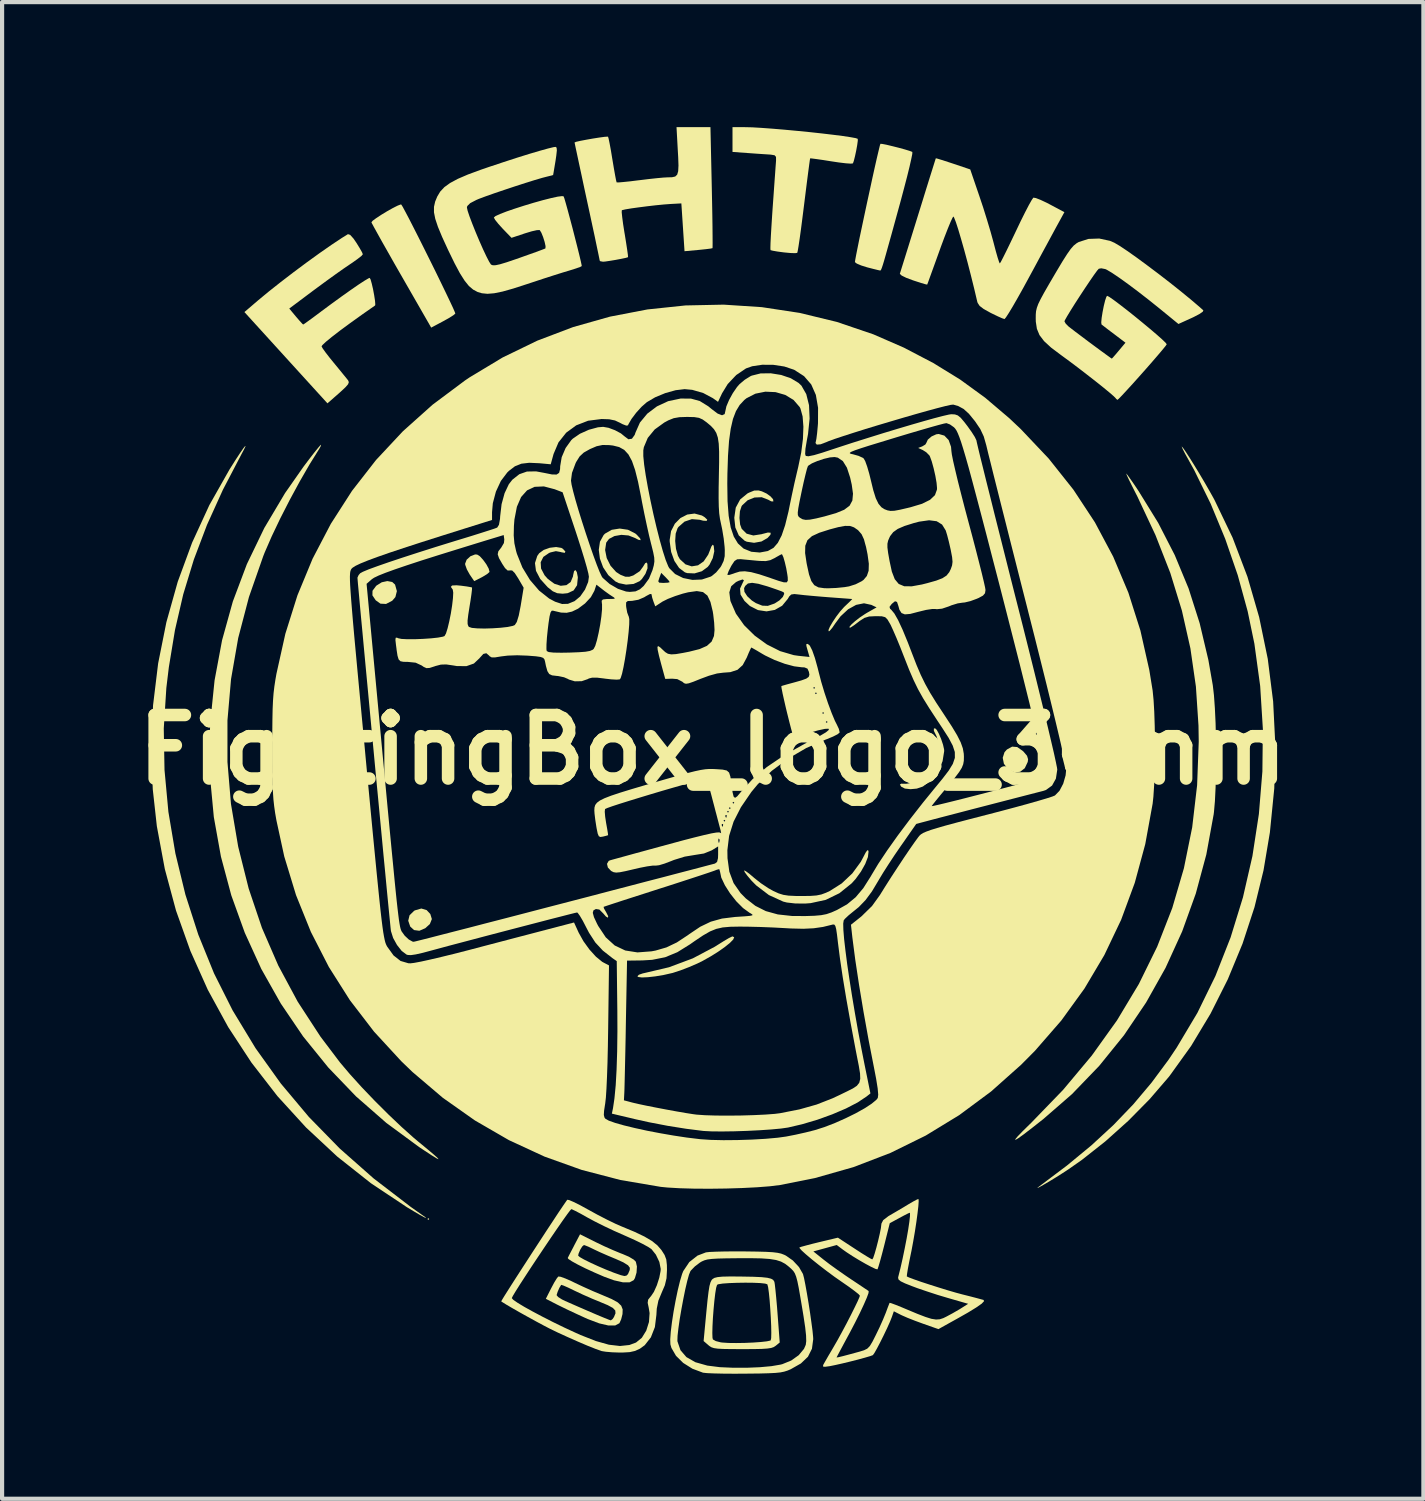
<source format=kicad_pcb>
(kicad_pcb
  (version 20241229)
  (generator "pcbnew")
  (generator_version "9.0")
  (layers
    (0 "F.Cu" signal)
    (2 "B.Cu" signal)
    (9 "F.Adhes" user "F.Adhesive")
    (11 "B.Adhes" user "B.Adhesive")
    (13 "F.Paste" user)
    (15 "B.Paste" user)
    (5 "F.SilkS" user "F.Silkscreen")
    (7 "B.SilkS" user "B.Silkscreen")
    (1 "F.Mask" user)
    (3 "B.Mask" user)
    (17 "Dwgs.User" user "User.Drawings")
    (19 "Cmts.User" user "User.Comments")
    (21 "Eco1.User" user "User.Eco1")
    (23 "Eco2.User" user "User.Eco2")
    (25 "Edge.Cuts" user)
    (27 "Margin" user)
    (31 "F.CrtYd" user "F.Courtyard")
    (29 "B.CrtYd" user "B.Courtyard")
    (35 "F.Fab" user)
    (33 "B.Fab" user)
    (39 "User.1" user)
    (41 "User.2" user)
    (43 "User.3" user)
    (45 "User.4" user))
  (footprint "FightingBox_logo_30mm"
    (layer "F.Cu")
    (at 14.05 14.939)
    (property "Reference" "FightingBox_logo_30mm" (at 0 0 0) (layer "F.SilkS") (effects (font (size 1.524 1.524) (thickness 0.3))))
    (attr board_only exclude_from_pos_files exclude_from_bom)
    (fp_poly (pts (xy -6.802 11.258) (xy -6.824 11.279) (xy -6.845 11.258) (xy -6.824 11.236)) (stroke (width 0) (type solid)) (fill yes) (layer "F.SilkS"))
    (fp_poly (pts (xy -6.864 3.846) (xy -6.776 3.94) (xy -6.739 4.061) (xy -6.787 4.181) (xy -6.898 4.281) (xy -7.039 4.342) (xy -7.166 4.325) (xy -7.258 4.241) (xy -7.306 4.101) (xy -7.274 3.97) (xy -7.167 3.865) (xy -7.144 3.852) (xy -6.991 3.808)) (stroke (width 0) (type solid)) (fill yes) (layer "F.SilkS"))
    (fp_poly (pts (xy -7.69 -4.026) (xy -7.622 -3.964) (xy -7.578 -3.807) (xy -7.614 -3.664) (xy -7.69 -3.576) (xy -7.838 -3.499) (xy -7.973 -3.506) (xy -8.086 -3.587) (xy -8.165 -3.705) (xy -8.163 -3.815) (xy -8.078 -3.93) (xy -8.066 -3.941) (xy -7.941 -4.019) (xy -7.807 -4.048)) (stroke (width 0) (type solid)) (fill yes) (layer "F.SilkS"))
    (fp_poly (pts (xy 7.305 -0.066) (xy 7.435 0.025) (xy 7.456 0.044) (xy 7.54 0.143) (xy 7.566 0.227) (xy 7.557 0.292) (xy 7.486 0.442) (xy 7.375 0.528) (xy 7.24 0.541) (xy 7.1 0.477) (xy 7.081 0.462) (xy 6.985 0.334) (xy 6.957 0.192) (xy 7 0.058) (xy 7.058 -0.007) (xy 7.184 -0.076)) (stroke (width 0) (type solid)) (fill yes) (layer "F.SilkS"))
    (fp_poly (pts (xy -5.654 -4.685) (xy -5.588 -4.644) (xy -5.508 -4.556) (xy -5.431 -4.449) (xy -5.375 -4.346) (xy -5.356 -4.272) (xy -5.36 -4.262) (xy -5.413 -4.216) (xy -5.513 -4.155) (xy -5.555 -4.132) (xy -5.723 -4.047) (xy -5.832 -4.207) (xy -5.899 -4.328) (xy -5.938 -4.437) (xy -5.941 -4.465) (xy -5.904 -4.561) (xy -5.814 -4.643) (xy -5.704 -4.686)) (stroke (width 0) (type solid)) (fill yes) (layer "F.SilkS"))
    (fp_poly (pts (xy 0.515 4.497) (xy 0.491 4.552) (xy 0.412 4.633) (xy 0.289 4.732) (xy 0.133 4.842) (xy -0.047 4.955) (xy -0.239 5.063) (xy -0.366 5.126) (xy -0.565 5.212) (xy -0.776 5.293) (xy -0.957 5.352) (xy -0.982 5.358) (xy -1.18 5.403) (xy -1.378 5.436) (xy -1.556 5.456) (xy -1.699 5.462) (xy -1.787 5.451) (xy -1.808 5.433) (xy -1.77 5.396) (xy -1.676 5.364) (xy -1.647 5.358) (xy -1.049 5.217) (xy -0.477 5.003) (xy 0.052 4.723) (xy 0.12 4.68) (xy 0.266 4.589) (xy 0.386 4.518) (xy 0.462 4.481) (xy 0.475 4.477)) (stroke (width 0) (type solid)) (fill yes) (layer "F.SilkS"))
    (fp_poly (pts (xy 5.374 -0.479) (xy 5.426 -0.384) (xy 5.48 -0.257) (xy 5.525 -0.123) (xy 5.551 -0.007) (xy 5.553 0.03) (xy 5.514 0.274) (xy 5.406 0.514) (xy 5.246 0.723) (xy 5.049 0.876) (xy 5.032 0.885) (xy 4.896 0.931) (xy 4.744 0.945) (xy 4.609 0.93) (xy 4.521 0.884) (xy 4.52 0.883) (xy 4.491 0.833) (xy 4.522 0.813) (xy 4.625 0.815) (xy 4.634 0.816) (xy 4.796 0.792) (xy 4.978 0.711) (xy 5.153 0.586) (xy 5.299 0.435) (xy 5.364 0.336) (xy 5.405 0.198) (xy 5.421 0.019) (xy 5.411 -0.164) (xy 5.375 -0.313) (xy 5.36 -0.344) (xy 5.306 -0.454) (xy 5.305 -0.507) (xy 5.333 -0.517)) (stroke (width 0) (type solid)) (fill yes) (layer "F.SilkS"))
    (fp_poly (pts (xy -7.473 -13.082) (xy -7.438 -13.026) (xy -7.374 -12.907) (xy -7.283 -12.735) (xy -7.174 -12.521) (xy -7.049 -12.275) (xy -6.916 -12.009) (xy -6.779 -11.734) (xy -6.644 -11.461) (xy -6.517 -11.2) (xy -6.402 -10.962) (xy -6.305 -10.759) (xy -6.231 -10.601) (xy -6.187 -10.499) (xy -6.176 -10.465) (xy -6.224 -10.425) (xy -6.328 -10.36) (xy -6.465 -10.283) (xy -6.478 -10.276) (xy -6.755 -10.129) (xy -7.466 -11.367) (xy -7.637 -11.665) (xy -7.793 -11.941) (xy -7.931 -12.184) (xy -8.044 -12.387) (xy -8.128 -12.539) (xy -8.178 -12.632) (xy -8.189 -12.656) (xy -8.159 -12.693) (xy -8.072 -12.757) (xy -7.95 -12.837) (xy -7.81 -12.922) (xy -7.673 -12.999) (xy -7.559 -13.056) (xy -7.487 -13.083)) (stroke (width 0) (type solid)) (fill yes) (layer "F.SilkS"))
    (fp_poly (pts (xy 1.178 -6.201) (xy 1.29 -6.149) (xy 1.386 -6.08) (xy 1.448 -6.01) (xy 1.454 -5.96) (xy 1.452 -5.958) (xy 1.402 -5.961) (xy 1.328 -6.001) (xy 1.175 -6.06) (xy 1.002 -6.053) (xy 0.838 -5.987) (xy 0.708 -5.867) (xy 0.692 -5.845) (xy 0.652 -5.724) (xy 0.641 -5.563) (xy 0.657 -5.405) (xy 0.695 -5.302) (xy 0.813 -5.185) (xy 0.974 -5.142) (xy 1.174 -5.173) (xy 1.185 -5.177) (xy 1.324 -5.213) (xy 1.391 -5.207) (xy 1.384 -5.159) (xy 1.316 -5.083) (xy 1.17 -4.998) (xy 0.992 -4.966) (xy 0.818 -4.992) (xy 0.765 -5.016) (xy 0.625 -5.143) (xy 0.542 -5.333) (xy 0.517 -5.567) (xy 0.552 -5.81) (xy 0.658 -6.006) (xy 0.833 -6.15) (xy 0.872 -6.17) (xy 0.996 -6.22) (xy 1.1 -6.222)) (stroke (width 0) (type solid)) (fill yes) (layer "F.SilkS"))
    (fp_poly (pts (xy -3.632 -4.844) (xy -3.595 -4.822) (xy -3.535 -4.755) (xy -3.551 -4.725) (xy -3.635 -4.74) (xy -3.649 -4.745) (xy -3.763 -4.766) (xy -3.891 -4.736) (xy -3.927 -4.722) (xy -4.064 -4.628) (xy -4.128 -4.5) (xy -4.119 -4.349) (xy -4.035 -4.188) (xy -3.955 -4.098) (xy -3.8 -3.984) (xy -3.648 -3.935) (xy -3.512 -3.95) (xy -3.409 -4.025) (xy -3.353 -4.16) (xy -3.35 -4.186) (xy -3.327 -4.288) (xy -3.294 -4.312) (xy -3.261 -4.264) (xy -3.238 -4.147) (xy -3.237 -4.129) (xy -3.255 -3.948) (xy -3.338 -3.823) (xy -3.484 -3.757) (xy -3.602 -3.745) (xy -3.731 -3.757) (xy -3.837 -3.803) (xy -3.958 -3.899) (xy -3.963 -3.904) (xy -4.139 -4.099) (xy -4.241 -4.294) (xy -4.265 -4.48) (xy -4.21 -4.651) (xy -4.164 -4.716) (xy -4.056 -4.795) (xy -3.91 -4.847) (xy -3.758 -4.865)) (stroke (width 0) (type solid)) (fill yes) (layer "F.SilkS"))
    (fp_poly (pts (xy -2.034 -5.279) (xy -1.86 -5.191) (xy -1.823 -5.16) (xy -1.742 -5.071) (xy -1.729 -5.029) (xy -1.782 -5.038) (xy -1.862 -5.08) (xy -2.02 -5.142) (xy -2.193 -5.157) (xy -2.358 -5.128) (xy -2.488 -5.06) (xy -2.556 -4.97) (xy -2.582 -4.793) (xy -2.544 -4.6) (xy -2.452 -4.416) (xy -2.318 -4.266) (xy -2.214 -4.199) (xy -2.098 -4.153) (xy -2.005 -4.151) (xy -1.906 -4.183) (xy -1.751 -4.285) (xy -1.675 -4.388) (xy -1.621 -4.476) (xy -1.588 -4.494) (xy -1.568 -4.462) (xy -1.565 -4.354) (xy -1.615 -4.221) (xy -1.701 -4.096) (xy -1.755 -4.045) (xy -1.9 -3.979) (xy -2.079 -3.963) (xy -2.255 -3.999) (xy -2.336 -4.04) (xy -2.505 -4.19) (xy -2.63 -4.378) (xy -2.707 -4.587) (xy -2.734 -4.797) (xy -2.706 -4.992) (xy -2.618 -5.152) (xy -2.585 -5.186) (xy -2.424 -5.278) (xy -2.232 -5.308)) (stroke (width 0) (type solid)) (fill yes) (layer "F.SilkS"))
    (fp_poly (pts (xy -0.26 -5.621) (xy -0.191 -5.578) (xy -0.131 -5.52) (xy -0.147 -5.492) (xy -0.231 -5.497) (xy -0.315 -5.519) (xy -0.501 -5.534) (xy -0.678 -5.474) (xy -0.822 -5.347) (xy -0.843 -5.318) (xy -0.889 -5.187) (xy -0.901 -5.01) (xy -0.882 -4.822) (xy -0.834 -4.654) (xy -0.789 -4.574) (xy -0.654 -4.449) (xy -0.504 -4.401) (xy -0.353 -4.426) (xy -0.217 -4.521) (xy -0.109 -4.682) (xy -0.079 -4.757) (xy -0.033 -4.878) (xy -0.001 -4.921) (xy 0.023 -4.897) (xy 0.037 -4.762) (xy 0.001 -4.6) (xy -0.076 -4.444) (xy -0.121 -4.387) (xy -0.261 -4.284) (xy -0.437 -4.232) (xy -0.611 -4.239) (xy -0.667 -4.257) (xy -0.806 -4.361) (xy -0.92 -4.531) (xy -0.998 -4.747) (xy -1.032 -4.991) (xy -1.033 -5.036) (xy -1 -5.247) (xy -0.909 -5.425) (xy -0.775 -5.56) (xy -0.612 -5.644) (xy -0.436 -5.668)) (stroke (width 0) (type solid)) (fill yes) (layer "F.SilkS"))
    (fp_poly (pts (xy 3.731 2.416) (xy 3.738 2.443) (xy 3.723 2.572) (xy 3.659 2.738) (xy 3.556 2.922) (xy 3.427 3.1) (xy 3.333 3.204) (xy 3.039 3.441) (xy 2.712 3.6) (xy 2.349 3.679) (xy 2.219 3.689) (xy 1.98 3.687) (xy 1.779 3.664) (xy 1.691 3.642) (xy 1.347 3.485) (xy 1.04 3.251) (xy 0.929 3.138) (xy 0.833 3.025) (xy 0.769 2.938) (xy 0.75 2.895) (xy 0.751 2.894) (xy 0.79 2.91) (xy 0.875 2.972) (xy 0.986 3.066) (xy 0.991 3.071) (xy 1.151 3.198) (xy 1.335 3.321) (xy 1.455 3.388) (xy 1.581 3.445) (xy 1.694 3.48) (xy 1.82 3.499) (xy 1.989 3.507) (xy 2.131 3.508) (xy 2.339 3.506) (xy 2.488 3.495) (xy 2.606 3.471) (xy 2.719 3.429) (xy 2.811 3.386) (xy 3.094 3.206) (xy 3.349 2.965) (xy 3.551 2.689) (xy 3.601 2.596) (xy 3.668 2.467) (xy 3.709 2.409)) (stroke (width 0) (type solid)) (fill yes) (layer "F.SilkS"))
    (fp_poly (pts (xy 4.067 -14.536) (xy 4.17 -14.516) (xy 4.311 -14.482) (xy 4.466 -14.443) (xy 4.612 -14.403) (xy 4.726 -14.368) (xy 4.786 -14.345) (xy 4.789 -14.343) (xy 4.787 -14.294) (xy 4.763 -14.174) (xy 4.722 -13.992) (xy 4.665 -13.76) (xy 4.594 -13.488) (xy 4.514 -13.187) (xy 4.498 -13.128) (xy 4.385 -12.717) (xy 4.293 -12.382) (xy 4.218 -12.114) (xy 4.16 -11.906) (xy 4.116 -11.751) (xy 4.083 -11.641) (xy 4.059 -11.569) (xy 4.042 -11.526) (xy 4.03 -11.505) (xy 4.02 -11.499) (xy 4.013 -11.499) (xy 3.959 -11.511) (xy 3.845 -11.539) (xy 3.705 -11.575) (xy 3.562 -11.62) (xy 3.456 -11.665) (xy 3.411 -11.7) (xy 3.418 -11.749) (xy 3.44 -11.869) (xy 3.476 -12.05) (xy 3.522 -12.278) (xy 3.578 -12.542) (xy 3.639 -12.83) (xy 3.703 -13.13) (xy 3.768 -13.429) (xy 3.83 -13.716) (xy 3.888 -13.978) (xy 3.939 -14.203) (xy 3.981 -14.38) (xy 4.009 -14.496) (xy 4.023 -14.539)) (stroke (width 0) (type solid)) (fill yes) (layer "F.SilkS"))
    (fp_poly (pts (xy -11.21 -7.282) (xy -11.244 -7.209) (xy -11.301 -7.103) (xy -11.753 -6.237) (xy -12.134 -5.396) (xy -12.449 -4.565) (xy -12.704 -3.729) (xy -12.902 -2.873) (xy -13.049 -1.982) (xy -13.109 -1.485) (xy -13.171 -0.51) (xy -13.153 0.485) (xy -13.06 1.488) (xy -12.892 2.487) (xy -12.652 3.474) (xy -12.342 4.436) (xy -11.965 5.364) (xy -11.522 6.246) (xy -11.514 6.26) (xy -10.969 7.159) (xy -10.362 8.007) (xy -9.69 8.808) (xy -8.95 9.565) (xy -8.137 10.283) (xy -7.248 10.965) (xy -6.973 11.159) (xy -6.89 11.218) (xy -6.876 11.236) (xy -6.923 11.215) (xy -7.026 11.159) (xy -7.179 11.069) (xy -7.339 10.973) (xy -8.202 10.398) (xy -9.009 9.759) (xy -9.757 9.062) (xy -10.444 8.309) (xy -11.067 7.505) (xy -11.625 6.653) (xy -12.114 5.759) (xy -12.532 4.826) (xy -12.877 3.858) (xy -13.146 2.859) (xy -13.337 1.833) (xy -13.435 0.947) (xy -13.472 -0.059) (xy -13.428 -1.068) (xy -13.306 -2.072) (xy -13.108 -3.062) (xy -12.836 -4.031) (xy -12.491 -4.97) (xy -12.077 -5.871) (xy -11.594 -6.725) (xy -11.585 -6.739) (xy -11.448 -6.956) (xy -11.339 -7.122) (xy -11.261 -7.235) (xy -11.217 -7.289)) (stroke (width 0) (type solid)) (fill yes) (layer "F.SilkS"))
    (fp_poly (pts (xy -2.808 11.812) (xy -2.606 11.909) (xy -2.395 12.003) (xy -2.212 12.079) (xy -2.161 12.098) (xy -2.01 12.163) (xy -1.895 12.232) (xy -1.845 12.282) (xy -1.819 12.396) (xy -1.828 12.542) (xy -1.867 12.675) (xy -1.897 12.725) (xy -1.994 12.776) (xy -2.153 12.777) (xy -2.369 12.728) (xy -2.605 12.642) (xy -2.838 12.541) (xy -3.054 12.442) (xy -3.238 12.35) (xy -3.378 12.273) (xy -3.462 12.217) (xy -3.479 12.192) (xy -3.453 12.141) (xy -3.451 12.136) (xy -3.229 12.136) (xy -3.191 12.17) (xy -3.09 12.228) (xy -2.941 12.302) (xy -2.761 12.385) (xy -2.566 12.469) (xy -2.372 12.546) (xy -2.346 12.555) (xy -2.204 12.605) (xy -2.12 12.625) (xy -2.071 12.616) (xy -2.034 12.58) (xy -2.033 12.579) (xy -1.992 12.482) (xy -1.989 12.427) (xy -2.032 12.368) (xy -2.146 12.297) (xy -2.337 12.211) (xy -2.346 12.208) (xy -2.532 12.13) (xy -2.712 12.051) (xy -2.852 11.985) (xy -2.872 11.975) (xy -2.987 11.92) (xy -3.071 11.887) (xy -3.091 11.882) (xy -3.132 11.917) (xy -3.181 11.997) (xy -3.219 12.087) (xy -3.229 12.136) (xy -3.451 12.136) (xy -3.399 12.036) (xy -3.328 11.9) (xy -3.325 11.893) (xy -3.184 11.624)) (stroke (width 0) (type solid)) (fill yes) (layer "F.SilkS"))
    (fp_poly (pts (xy 9.948 -6.596) (xy 10.014 -6.505) (xy 10.108 -6.37) (xy 10.215 -6.21) (xy 10.687 -5.445) (xy 11.085 -4.67) (xy 11.416 -3.872) (xy 11.682 -3.038) (xy 11.891 -2.156) (xy 11.997 -1.55) (xy 12.025 -1.308) (xy 12.047 -0.999) (xy 12.064 -0.641) (xy 12.073 -0.252) (xy 12.077 0.148) (xy 12.074 0.541) (xy 12.064 0.909) (xy 12.048 1.234) (xy 12.025 1.495) (xy 12.018 1.55) (xy 11.842 2.512) (xy 11.589 3.45) (xy 11.262 4.358) (xy 10.864 5.231) (xy 10.397 6.063) (xy 9.866 6.849) (xy 9.272 7.583) (xy 8.62 8.26) (xy 7.935 8.856) (xy 7.67 9.065) (xy 7.471 9.218) (xy 7.336 9.316) (xy 7.265 9.358) (xy 7.257 9.346) (xy 7.312 9.278) (xy 7.43 9.156) (xy 7.609 8.98) (xy 7.637 8.953) (xy 8.407 8.157) (xy 9.094 7.336) (xy 9.699 6.491) (xy 10.223 5.619) (xy 10.664 4.721) (xy 11.025 3.796) (xy 11.304 2.842) (xy 11.503 1.86) (xy 11.621 0.849) (xy 11.66 -0.193) (xy 11.654 -0.581) (xy 11.592 -1.517) (xy 11.46 -2.433) (xy 11.256 -3.339) (xy 10.978 -4.242) (xy 10.621 -5.153) (xy 10.186 -6.08) (xy 10.152 -6.146) (xy 10.06 -6.328) (xy 9.985 -6.479) (xy 9.936 -6.584) (xy 9.919 -6.629) (xy 9.919 -6.63)) (stroke (width 0) (type solid)) (fill yes) (layer "F.SilkS"))
    (fp_poly (pts (xy -3.65 12.643) (xy -3.539 12.683) (xy -3.392 12.747) (xy -3.328 12.779) (xy -3.114 12.88) (xy -2.871 12.989) (xy -2.649 13.082) (xy -2.64 13.086) (xy -2.424 13.178) (xy -2.279 13.258) (xy -2.196 13.337) (xy -2.161 13.426) (xy -2.165 13.536) (xy -2.166 13.542) (xy -2.197 13.664) (xy -2.237 13.753) (xy -2.242 13.759) (xy -2.341 13.812) (xy -2.503 13.812) (xy -2.723 13.761) (xy -2.996 13.658) (xy -3.057 13.631) (xy -3.266 13.535) (xy -3.482 13.434) (xy -3.668 13.343) (xy -3.735 13.31) (xy -4.004 13.172) (xy -3.961 13.086) (xy -3.745 13.086) (xy -3.709 13.129) (xy -3.617 13.187) (xy -3.541 13.224) (xy -3.257 13.349) (xy -2.999 13.461) (xy -2.778 13.556) (xy -2.605 13.628) (xy -2.49 13.674) (xy -2.445 13.689) (xy -2.402 13.657) (xy -2.369 13.607) (xy -2.333 13.519) (xy -2.339 13.451) (xy -2.398 13.39) (xy -2.519 13.324) (xy -2.68 13.257) (xy -2.891 13.17) (xy -3.116 13.071) (xy -3.312 12.979) (xy -3.33 12.97) (xy -3.471 12.902) (xy -3.579 12.855) (xy -3.634 12.837) (xy -3.636 12.837) (xy -3.679 12.907) (xy -3.721 13.003) (xy -3.745 13.079) (xy -3.745 13.086) (xy -3.961 13.086) (xy -3.876 12.918) (xy -3.804 12.783) (xy -3.742 12.682) (xy -3.705 12.637)) (stroke (width 0) (type solid)) (fill yes) (layer "F.SilkS"))
    (fp_poly (pts (xy -9.403 -7.288) (xy -9.444 -7.214) (xy -9.445 -7.213) (xy -9.672 -6.849) (xy -9.911 -6.434) (xy -10.15 -5.993) (xy -10.378 -5.547) (xy -10.582 -5.119) (xy -10.75 -4.733) (xy -10.783 -4.649) (xy -11.127 -3.666) (xy -11.385 -2.682) (xy -11.557 -1.695) (xy -11.643 -0.704) (xy -11.643 0.293) (xy -11.559 1.297) (xy -11.388 2.309) (xy -11.383 2.334) (xy -11.134 3.328) (xy -10.815 4.274) (xy -10.423 5.177) (xy -9.957 6.044) (xy -9.411 6.882) (xy -8.943 7.501) (xy -8.706 7.781) (xy -8.422 8.095) (xy -8.107 8.424) (xy -7.781 8.749) (xy -7.463 9.051) (xy -7.171 9.312) (xy -7.06 9.405) (xy -6.839 9.587) (xy -6.685 9.717) (xy -6.598 9.796) (xy -6.579 9.824) (xy -6.626 9.802) (xy -6.741 9.731) (xy -6.922 9.612) (xy -7.044 9.531) (xy -7.831 8.952) (xy -8.559 8.315) (xy -9.225 7.621) (xy -9.827 6.878) (xy -10.363 6.088) (xy -10.831 5.258) (xy -11.227 4.39) (xy -11.551 3.491) (xy -11.799 2.564) (xy -11.97 1.614) (xy -12.061 0.647) (xy -12.07 -0.335) (xy -12.054 -0.667) (xy -11.952 -1.666) (xy -11.772 -2.629) (xy -11.514 -3.558) (xy -11.177 -4.454) (xy -10.759 -5.321) (xy -10.261 -6.159) (xy -9.819 -6.791) (xy -9.681 -6.974) (xy -9.561 -7.129) (xy -9.468 -7.244) (xy -9.412 -7.309) (xy -9.4 -7.319)) (stroke (width 0) (type solid)) (fill yes) (layer "F.SilkS"))
    (fp_poly (pts (xy 11.285 -7.24) (xy 11.352 -7.144) (xy 11.445 -7) (xy 11.556 -6.822) (xy 11.677 -6.623) (xy 11.799 -6.417) (xy 11.914 -6.217) (xy 12.015 -6.037) (xy 12.043 -5.984) (xy 12.473 -5.087) (xy 12.829 -4.151) (xy 13.11 -3.18) (xy 13.316 -2.182) (xy 13.445 -1.161) (xy 13.497 -0.123) (xy 13.472 0.927) (xy 13.367 1.982) (xy 13.214 2.893) (xy 12.998 3.775) (xy 12.711 4.651) (xy 12.357 5.507) (xy 11.944 6.329) (xy 11.478 7.104) (xy 10.965 7.818) (xy 10.934 7.857) (xy 10.481 8.383) (xy 9.969 8.902) (xy 9.42 9.394) (xy 8.859 9.837) (xy 8.534 10.065) (xy 8.39 10.159) (xy 8.24 10.254) (xy 8.094 10.343) (xy 7.964 10.42) (xy 7.862 10.478) (xy 7.8 10.511) (xy 7.788 10.51) (xy 7.834 10.474) (xy 8.495 9.977) (xy 9.084 9.491) (xy 9.612 9.004) (xy 10.089 8.507) (xy 10.527 7.987) (xy 10.937 7.434) (xy 11.13 7.146) (xy 11.628 6.311) (xy 12.06 5.427) (xy 12.425 4.5) (xy 12.721 3.539) (xy 12.948 2.55) (xy 13.103 1.541) (xy 13.187 0.52) (xy 13.198 -0.506) (xy 13.134 -1.531) (xy 12.995 -2.546) (xy 12.834 -3.322) (xy 12.596 -4.189) (xy 12.296 -5.058) (xy 11.946 -5.904) (xy 11.555 -6.702) (xy 11.411 -6.963) (xy 11.332 -7.105) (xy 11.276 -7.214) (xy 11.252 -7.271) (xy 11.253 -7.276)) (stroke (width 0) (type solid)) (fill yes) (layer "F.SilkS"))
    (fp_poly (pts (xy 0.786 -14.938) (xy 0.95 -14.934) (xy 1.168 -14.921) (xy 1.427 -14.902) (xy 1.714 -14.878) (xy 2.015 -14.85) (xy 2.32 -14.82) (xy 2.614 -14.788) (xy 2.884 -14.756) (xy 3.119 -14.726) (xy 3.305 -14.698) (xy 3.43 -14.675) (xy 3.479 -14.658) (xy 3.48 -14.612) (xy 3.466 -14.509) (xy 3.442 -14.376) (xy 3.413 -14.241) (xy 3.385 -14.13) (xy 3.364 -14.071) (xy 3.363 -14.069) (xy 3.312 -14.063) (xy 3.195 -14.071) (xy 3.028 -14.091) (xy 2.841 -14.119) (xy 2.646 -14.15) (xy 2.486 -14.173) (xy 2.377 -14.187) (xy 2.337 -14.19) (xy 2.329 -14.146) (xy 2.313 -14.029) (xy 2.289 -13.848) (xy 2.259 -13.616) (xy 2.225 -13.344) (xy 2.19 -13.064) (xy 2.152 -12.763) (xy 2.117 -12.491) (xy 2.085 -12.26) (xy 2.058 -12.08) (xy 2.038 -11.964) (xy 2.027 -11.922) (xy 1.975 -11.915) (xy 1.861 -11.919) (xy 1.711 -11.933) (xy 1.703 -11.934) (xy 1.553 -11.954) (xy 1.439 -11.974) (xy 1.386 -11.988) (xy 1.386 -11.989) (xy 1.383 -12.035) (xy 1.386 -12.156) (xy 1.395 -12.337) (xy 1.409 -12.568) (xy 1.426 -12.836) (xy 1.438 -13.011) (xy 1.459 -13.303) (xy 1.478 -13.573) (xy 1.495 -13.807) (xy 1.508 -13.991) (xy 1.517 -14.11) (xy 1.519 -14.142) (xy 1.518 -14.225) (xy 1.484 -14.264) (xy 1.394 -14.279) (xy 1.356 -14.282) (xy 1.229 -14.29) (xy 1.051 -14.302) (xy 0.858 -14.316) (xy 0.829 -14.318) (xy 0.474 -14.344) (xy 0.474 -14.939)) (stroke (width 0) (type solid)) (fill yes) (layer "F.SilkS"))
    (fp_poly (pts (xy -8.699 -12.354) (xy -8.618 -12.264) (xy -8.548 -12.162) (xy -8.47 -12.035) (xy -8.414 -11.936) (xy -8.395 -11.888) (xy -8.428 -11.849) (xy -8.518 -11.778) (xy -8.647 -11.686) (xy -8.707 -11.646) (xy -8.854 -11.546) (xy -9.048 -11.409) (xy -9.268 -11.25) (xy -9.494 -11.084) (xy -9.59 -11.013) (xy -10.16 -10.586) (xy -10 -10.394) (xy -9.912 -10.292) (xy -9.848 -10.222) (xy -9.826 -10.203) (xy -9.788 -10.227) (xy -9.695 -10.294) (xy -9.561 -10.392) (xy -9.4 -10.512) (xy -9.394 -10.517) (xy -9.147 -10.7) (xy -8.909 -10.873) (xy -8.692 -11.027) (xy -8.504 -11.157) (xy -8.357 -11.253) (xy -8.261 -11.31) (xy -8.23 -11.322) (xy -8.209 -11.284) (xy -8.181 -11.185) (xy -8.15 -11.051) (xy -8.123 -10.906) (xy -8.103 -10.777) (xy -8.096 -10.686) (xy -8.101 -10.66) (xy -8.414 -10.441) (xy -8.696 -10.239) (xy -8.939 -10.06) (xy -9.136 -9.908) (xy -9.28 -9.79) (xy -9.365 -9.71) (xy -9.385 -9.678) (xy -9.359 -9.631) (xy -9.289 -9.533) (xy -9.186 -9.4) (xy -9.093 -9.286) (xy -8.967 -9.133) (xy -8.857 -8.998) (xy -8.778 -8.901) (xy -8.748 -8.863) (xy -8.731 -8.821) (xy -8.749 -8.77) (xy -8.813 -8.697) (xy -8.932 -8.586) (xy -8.969 -8.553) (xy -9.244 -8.312) (xy -10.24 -9.407) (xy -11.236 -10.502) (xy -10.903 -10.787) (xy -10.654 -10.993) (xy -10.367 -11.22) (xy -10.057 -11.458) (xy -9.74 -11.694) (xy -9.43 -11.918) (xy -9.144 -12.117) (xy -8.897 -12.281) (xy -8.752 -12.371)) (stroke (width 0) (type solid)) (fill yes) (layer "F.SilkS"))
    (fp_poly (pts (xy 0.642 12.637) (xy 0.695 12.638) (xy 0.969 12.643) (xy 1.17 12.652) (xy 1.309 12.667) (xy 1.398 12.689) (xy 1.451 12.72) (xy 1.478 12.762) (xy 1.479 12.764) (xy 1.489 12.824) (xy 1.504 12.955) (xy 1.522 13.139) (xy 1.542 13.363) (xy 1.554 13.52) (xy 1.607 14.22) (xy 1.509 14.3) (xy 1.463 14.33) (xy 1.402 14.351) (xy 1.311 14.365) (xy 1.176 14.374) (xy 0.984 14.378) (xy 0.721 14.379) (xy 0.708 14.379) (xy 0.445 14.378) (xy 0.255 14.375) (xy 0.121 14.368) (xy 0.031 14.355) (xy -0.031 14.335) (xy -0.079 14.305) (xy -0.107 14.282) (xy -0.219 14.185) (xy -0.201 13.994) (xy -0.01 13.994) (xy -0.006 14.107) (xy 0.004 14.147) (xy 0.073 14.186) (xy 0.19 14.216) (xy 0.229 14.221) (xy 0.377 14.231) (xy 0.563 14.233) (xy 0.768 14.23) (xy 0.972 14.221) (xy 1.155 14.208) (xy 1.298 14.192) (xy 1.381 14.174) (xy 1.391 14.167) (xy 1.402 14.113) (xy 1.405 13.991) (xy 1.402 13.821) (xy 1.393 13.622) (xy 1.38 13.41) (xy 1.365 13.207) (xy 1.347 13.029) (xy 1.329 12.896) (xy 1.311 12.826) (xy 1.31 12.824) (xy 1.258 12.807) (xy 1.139 12.794) (xy 0.974 12.787) (xy 0.782 12.785) (xy 0.582 12.788) (xy 0.395 12.795) (xy 0.24 12.806) (xy 0.136 12.822) (xy 0.104 12.836) (xy 0.082 12.907) (xy 0.06 13.042) (xy 0.039 13.22) (xy 0.02 13.424) (xy 0.004 13.634) (xy -0.006 13.83) (xy -0.01 13.994) (xy -0.201 13.994) (xy -0.152 13.475) (xy -0.125 13.203) (xy -0.101 13.004) (xy -0.079 12.866) (xy -0.054 12.776) (xy -0.026 12.72) (xy -0.004 12.697) (xy 0.043 12.669) (xy 0.118 12.651) (xy 0.232 12.64) (xy 0.403 12.636)) (stroke (width 0) (type solid)) (fill yes) (layer "F.SilkS"))
    (fp_poly (pts (xy -0.023 -13.494) (xy -0.016 -13.15) (xy -0.01 -12.835) (xy -0.006 -12.558) (xy -0.004 -12.33) (xy -0.003 -12.16) (xy -0.004 -12.06) (xy -0.006 -12.035) (xy -0.053 -12.025) (xy -0.164 -12.011) (xy -0.317 -11.995) (xy -0.349 -11.992) (xy -0.677 -11.962) (xy -0.715 -12.535) (xy -0.753 -13.109) (xy -1.012 -13.095) (xy -1.172 -13.083) (xy -1.366 -13.064) (xy -1.573 -13.04) (xy -1.776 -13.014) (xy -1.956 -12.989) (xy -2.094 -12.966) (xy -2.172 -12.948) (xy -2.182 -12.943) (xy -2.184 -12.894) (xy -2.172 -12.778) (xy -2.15 -12.61) (xy -2.118 -12.407) (xy -2.112 -12.374) (xy -2.079 -12.169) (xy -2.053 -11.998) (xy -2.036 -11.876) (xy -2.032 -11.82) (xy -2.032 -11.819) (xy -2.083 -11.803) (xy -2.191 -11.78) (xy -2.328 -11.754) (xy -2.467 -11.731) (xy -2.581 -11.714) (xy -2.633 -11.71) (xy -2.699 -11.722) (xy -2.712 -11.737) (xy -2.721 -11.784) (xy -2.746 -11.906) (xy -2.785 -12.091) (xy -2.835 -12.331) (xy -2.896 -12.614) (xy -2.964 -12.931) (xy -3.014 -13.161) (xy -3.086 -13.495) (xy -3.151 -13.801) (xy -3.209 -14.07) (xy -3.256 -14.291) (xy -3.291 -14.454) (xy -3.311 -14.55) (xy -3.315 -14.571) (xy -3.276 -14.587) (xy -3.175 -14.61) (xy -3.033 -14.637) (xy -2.875 -14.665) (xy -2.722 -14.689) (xy -2.596 -14.706) (xy -2.522 -14.711) (xy -2.512 -14.709) (xy -2.498 -14.662) (xy -2.474 -14.546) (xy -2.443 -14.379) (xy -2.41 -14.177) (xy -2.407 -14.16) (xy -2.373 -13.957) (xy -2.343 -13.787) (xy -2.32 -13.667) (xy -2.306 -13.614) (xy -2.305 -13.613) (xy -2.259 -13.612) (xy -2.144 -13.622) (xy -1.978 -13.639) (xy -1.778 -13.664) (xy -1.765 -13.665) (xy -1.545 -13.692) (xy -1.342 -13.714) (xy -1.179 -13.729) (xy -1.083 -13.734) (xy -0.975 -13.737) (xy -0.9 -13.754) (xy -0.853 -13.799) (xy -0.829 -13.882) (xy -0.822 -14.019) (xy -0.829 -14.221) (xy -0.838 -14.374) (xy -0.869 -14.939) (xy -0.055 -14.939)) (stroke (width 0) (type solid)) (fill yes) (layer "F.SilkS"))
    (fp_poly (pts (xy 5.394 -14.182) (xy 5.499 -14.15) (xy 5.65 -14.101) (xy 5.769 -14.062) (xy 6.178 -13.924) (xy 6.398 -13.28) (xy 6.489 -13.008) (xy 6.58 -12.716) (xy 6.664 -12.435) (xy 6.73 -12.197) (xy 6.742 -12.151) (xy 6.792 -11.961) (xy 6.836 -11.807) (xy 6.87 -11.703) (xy 6.887 -11.668) (xy 6.912 -11.706) (xy 6.966 -11.81) (xy 7.045 -11.968) (xy 7.143 -12.17) (xy 7.254 -12.402) (xy 7.276 -12.448) (xy 7.39 -12.687) (xy 7.495 -12.898) (xy 7.584 -13.069) (xy 7.652 -13.189) (xy 7.69 -13.244) (xy 7.694 -13.247) (xy 7.753 -13.237) (xy 7.866 -13.193) (xy 8.015 -13.123) (xy 8.091 -13.083) (xy 8.437 -12.899) (xy 8.294 -12.638) (xy 8.234 -12.529) (xy 8.141 -12.357) (xy 8.022 -12.137) (xy 7.883 -11.881) (xy 7.733 -11.602) (xy 7.599 -11.355) (xy 7.452 -11.085) (xy 7.316 -10.842) (xy 7.197 -10.635) (xy 7.101 -10.476) (xy 7.033 -10.372) (xy 7 -10.334) (xy 7 -10.334) (xy 6.941 -10.354) (xy 6.829 -10.404) (xy 6.685 -10.474) (xy 6.663 -10.485) (xy 6.501 -10.575) (xy 6.404 -10.649) (xy 6.356 -10.721) (xy 6.346 -10.752) (xy 6.272 -11.066) (xy 6.193 -11.385) (xy 6.112 -11.699) (xy 6.032 -11.995) (xy 5.956 -12.262) (xy 5.889 -12.488) (xy 5.833 -12.66) (xy 5.791 -12.767) (xy 5.775 -12.795) (xy 5.753 -12.766) (xy 5.707 -12.667) (xy 5.642 -12.51) (xy 5.562 -12.305) (xy 5.473 -12.066) (xy 5.449 -11.999) (xy 5.359 -11.749) (xy 5.279 -11.528) (xy 5.214 -11.349) (xy 5.169 -11.224) (xy 5.146 -11.164) (xy 5.145 -11.161) (xy 5.104 -11.169) (xy 5.002 -11.199) (xy 4.857 -11.246) (xy 4.805 -11.263) (xy 4.642 -11.324) (xy 4.532 -11.378) (xy 4.489 -11.419) (xy 4.49 -11.424) (xy 4.506 -11.476) (xy 4.545 -11.6) (xy 4.603 -11.786) (xy 4.677 -12.024) (xy 4.764 -12.304) (xy 4.861 -12.616) (xy 4.927 -12.829) (xy 5.028 -13.154) (xy 5.12 -13.452) (xy 5.201 -13.712) (xy 5.268 -13.925) (xy 5.317 -14.082) (xy 5.346 -14.173) (xy 5.353 -14.192)) (stroke (width 0) (type solid)) (fill yes) (layer "F.SilkS"))
    (fp_poly (pts (xy 0.777 12.035) (xy 1.064 12.039) (xy 1.28 12.045) (xy 1.438 12.054) (xy 1.553 12.068) (xy 1.64 12.087) (xy 1.713 12.115) (xy 1.754 12.135) (xy 1.922 12.252) (xy 2.069 12.41) (xy 2.165 12.577) (xy 2.167 12.584) (xy 2.191 12.678) (xy 2.223 12.838) (xy 2.26 13.044) (xy 2.299 13.277) (xy 2.336 13.517) (xy 2.368 13.745) (xy 2.394 13.941) (xy 2.408 14.086) (xy 2.411 14.139) (xy 2.38 14.37) (xy 2.284 14.562) (xy 2.115 14.723) (xy 1.872 14.861) (xy 1.794 14.894) (xy 1.715 14.919) (xy 1.622 14.938) (xy 1.501 14.95) (xy 1.339 14.958) (xy 1.12 14.964) (xy 0.832 14.967) (xy 0.775 14.968) (xy 0.499 14.969) (xy 0.246 14.967) (xy 0.03 14.962) (xy -0.133 14.955) (xy -0.228 14.945) (xy -0.237 14.943) (xy -0.488 14.849) (xy -0.709 14.71) (xy -0.882 14.539) (xy -0.991 14.351) (xy -1.016 14.265) (xy -1.019 14.176) (xy -0.848 14.176) (xy -0.846 14.196) (xy -0.774 14.405) (xy -0.632 14.57) (xy -0.417 14.693) (xy -0.13 14.774) (xy 0.17 14.812) (xy 0.49 14.826) (xy 0.817 14.826) (xy 1.13 14.813) (xy 1.406 14.788) (xy 1.624 14.751) (xy 1.668 14.74) (xy 1.882 14.653) (xy 2.062 14.525) (xy 2.189 14.373) (xy 2.232 14.275) (xy 2.243 14.187) (xy 2.239 14.051) (xy 2.218 13.857) (xy 2.179 13.595) (xy 2.15 13.418) (xy 2.101 13.128) (xy 2.063 12.91) (xy 2.031 12.752) (xy 2.001 12.64) (xy 1.97 12.562) (xy 1.934 12.505) (xy 1.887 12.456) (xy 1.828 12.403) (xy 1.737 12.332) (xy 1.638 12.279) (xy 1.519 12.241) (xy 1.365 12.216) (xy 1.164 12.202) (xy 0.902 12.197) (xy 0.603 12.198) (xy 0.328 12.201) (xy 0.125 12.206) (xy -0.022 12.215) (xy -0.126 12.228) (xy -0.202 12.249) (xy -0.265 12.277) (xy -0.308 12.303) (xy -0.426 12.392) (xy -0.521 12.489) (xy -0.536 12.509) (xy -0.57 12.593) (xy -0.612 12.744) (xy -0.659 12.945) (xy -0.706 13.177) (xy -0.752 13.423) (xy -0.793 13.663) (xy -0.824 13.881) (xy -0.844 14.058) (xy -0.848 14.176) (xy -1.019 14.176) (xy -1.02 14.147) (xy -1.007 13.964) (xy -0.979 13.736) (xy -0.94 13.481) (xy -0.892 13.219) (xy -0.84 12.968) (xy -0.786 12.747) (xy -0.735 12.576) (xy -0.707 12.506) (xy -0.562 12.29) (xy -0.365 12.135) (xy -0.164 12.058) (xy -0.076 12.048) (xy 0.082 12.041) (xy 0.292 12.036) (xy 0.538 12.034)) (stroke (width 0) (type solid)) (fill yes) (layer "F.SilkS"))
    (fp_poly (pts (xy 9.529 -12.211) (xy 9.634 -12.166) (xy 9.763 -12.09) (xy 9.946 -11.968) (xy 10.17 -11.81) (xy 10.422 -11.624) (xy 10.691 -11.422) (xy 10.964 -11.211) (xy 11.228 -11.001) (xy 11.471 -10.802) (xy 11.68 -10.624) (xy 11.771 -10.543) (xy 11.755 -10.509) (xy 11.671 -10.452) (xy 11.535 -10.381) (xy 11.492 -10.361) (xy 11.173 -10.216) (xy 10.717 -10.589) (xy 10.456 -10.798) (xy 10.2 -10.997) (xy 9.961 -11.176) (xy 9.749 -11.328) (xy 9.577 -11.444) (xy 9.454 -11.517) (xy 9.419 -11.533) (xy 9.321 -11.552) (xy 9.262 -11.541) (xy 9.222 -11.496) (xy 9.147 -11.393) (xy 9.047 -11.248) (xy 8.931 -11.075) (xy 8.808 -10.888) (xy 8.689 -10.704) (xy 8.583 -10.535) (xy 8.5 -10.398) (xy 8.449 -10.307) (xy 8.438 -10.279) (xy 8.468 -10.225) (xy 8.535 -10.157) (xy 8.597 -10.109) (xy 8.706 -10.025) (xy 8.849 -9.918) (xy 9.009 -9.797) (xy 9.174 -9.675) (xy 9.327 -9.562) (xy 9.455 -9.469) (xy 9.542 -9.406) (xy 9.575 -9.385) (xy 9.604 -9.415) (xy 9.672 -9.493) (xy 9.742 -9.576) (xy 9.902 -9.767) (xy 9.633 -9.971) (xy 9.5 -10.071) (xy 9.394 -10.153) (xy 9.332 -10.201) (xy 9.327 -10.205) (xy 9.321 -10.256) (xy 9.331 -10.364) (xy 9.353 -10.503) (xy 9.382 -10.65) (xy 9.414 -10.78) (xy 9.444 -10.868) (xy 9.462 -10.892) (xy 9.513 -10.866) (xy 9.617 -10.794) (xy 9.761 -10.686) (xy 9.933 -10.553) (xy 10.12 -10.404) (xy 10.311 -10.248) (xy 10.493 -10.097) (xy 10.655 -9.959) (xy 10.783 -9.845) (xy 10.866 -9.765) (xy 10.892 -9.729) (xy 10.865 -9.689) (xy 10.79 -9.597) (xy 10.678 -9.465) (xy 10.54 -9.305) (xy 10.386 -9.129) (xy 10.226 -8.949) (xy 10.071 -8.776) (xy 9.931 -8.623) (xy 9.817 -8.5) (xy 9.739 -8.42) (xy 9.708 -8.395) (xy 9.674 -8.425) (xy 9.666 -8.437) (xy 9.619 -8.484) (xy 9.515 -8.574) (xy 9.367 -8.696) (xy 9.186 -8.84) (xy 8.986 -8.996) (xy 8.779 -9.156) (xy 8.577 -9.308) (xy 8.392 -9.444) (xy 8.351 -9.474) (xy 8.116 -9.651) (xy 7.949 -9.805) (xy 7.839 -9.95) (xy 7.777 -10.1) (xy 7.751 -10.271) (xy 7.749 -10.351) (xy 7.75 -10.443) (xy 7.757 -10.524) (xy 7.776 -10.604) (xy 7.81 -10.697) (xy 7.867 -10.814) (xy 7.95 -10.967) (xy 8.066 -11.169) (xy 8.219 -11.43) (xy 8.251 -11.484) (xy 8.392 -11.72) (xy 8.502 -11.893) (xy 8.588 -12.015) (xy 8.661 -12.098) (xy 8.73 -12.153) (xy 8.782 -12.183) (xy 9.014 -12.257) (xy 9.273 -12.266)) (stroke (width 0) (type solid)) (fill yes) (layer "F.SilkS"))
    (fp_poly (pts (xy -3.746 -14.446) (xy -3.74 -14.38) (xy -3.754 -14.253) (xy -3.772 -14.131) (xy -3.798 -13.974) (xy -3.818 -13.855) (xy -3.829 -13.794) (xy -3.829 -13.79) (xy -3.868 -13.778) (xy -3.959 -13.756) (xy -3.971 -13.753) (xy -4.091 -13.722) (xy -4.274 -13.668) (xy -4.499 -13.598) (xy -4.749 -13.517) (xy -5.004 -13.432) (xy -5.246 -13.35) (xy -5.455 -13.276) (xy -5.613 -13.217) (xy -5.671 -13.192) (xy -5.819 -13.115) (xy -5.889 -13.046) (xy -5.898 -13.011) (xy -5.881 -12.933) (xy -5.836 -12.798) (xy -5.769 -12.621) (xy -5.688 -12.419) (xy -5.6 -12.21) (xy -5.512 -12.011) (xy -5.431 -11.839) (xy -5.365 -11.711) (xy -5.322 -11.644) (xy -5.317 -11.64) (xy -5.275 -11.624) (xy -5.208 -11.626) (xy -5.102 -11.649) (xy -4.946 -11.696) (xy -4.725 -11.771) (xy -4.636 -11.802) (xy -4.423 -11.878) (xy -4.24 -11.943) (xy -4.103 -11.994) (xy -4.025 -12.024) (xy -4.014 -12.03) (xy -4.011 -12.083) (xy -4.033 -12.184) (xy -4.07 -12.302) (xy -4.112 -12.406) (xy -4.149 -12.466) (xy -4.155 -12.47) (xy -4.22 -12.467) (xy -4.341 -12.44) (xy -4.494 -12.394) (xy -4.519 -12.386) (xy -4.828 -12.283) (xy -5.039 -12.502) (xy -5.144 -12.618) (xy -5.22 -12.713) (xy -5.251 -12.769) (xy -5.251 -12.771) (xy -5.212 -12.805) (xy -5.105 -12.854) (xy -4.945 -12.916) (xy -4.747 -12.984) (xy -4.526 -13.055) (xy -4.298 -13.124) (xy -4.077 -13.186) (xy -3.88 -13.236) (xy -3.72 -13.271) (xy -3.614 -13.284) (xy -3.578 -13.278) (xy -3.56 -13.23) (xy -3.526 -13.114) (xy -3.479 -12.945) (xy -3.424 -12.74) (xy -3.364 -12.515) (xy -3.305 -12.284) (xy -3.249 -12.064) (xy -3.201 -11.871) (xy -3.165 -11.719) (xy -3.145 -11.625) (xy -3.143 -11.605) (xy -3.181 -11.584) (xy -3.282 -11.548) (xy -3.425 -11.503) (xy -3.455 -11.494) (xy -3.605 -11.449) (xy -3.814 -11.383) (xy -4.06 -11.304) (xy -4.32 -11.218) (xy -4.466 -11.17) (xy -4.787 -11.066) (xy -5.043 -10.994) (xy -5.244 -10.953) (xy -5.405 -10.94) (xy -5.538 -10.953) (xy -5.64 -10.983) (xy -5.747 -11.04) (xy -5.85 -11.127) (xy -5.953 -11.255) (xy -6.066 -11.433) (xy -6.193 -11.671) (xy -6.343 -11.979) (xy -6.354 -12.002) (xy -6.493 -12.305) (xy -6.593 -12.546) (xy -6.657 -12.738) (xy -6.688 -12.894) (xy -6.688 -13.027) (xy -6.66 -13.152) (xy -6.609 -13.275) (xy -6.538 -13.393) (xy -6.439 -13.499) (xy -6.301 -13.599) (xy -6.116 -13.698) (xy -5.872 -13.803) (xy -5.56 -13.918) (xy -5.362 -13.986) (xy -5.019 -14.1) (xy -4.696 -14.205) (xy -4.404 -14.296) (xy -4.154 -14.37) (xy -3.957 -14.425) (xy -3.822 -14.458) (xy -3.77 -14.465)) (stroke (width 0) (type solid)) (fill yes) (layer "F.SilkS"))
    (fp_poly (pts (xy -3.444 10.803) (xy -3.339 10.848) (xy -3.189 10.922) (xy -3.011 11.02) (xy -2.981 11.036) (xy -2.763 11.156) (xy -2.536 11.273) (xy -2.33 11.373) (xy -2.188 11.435) (xy -1.878 11.564) (xy -1.639 11.678) (xy -1.46 11.784) (xy -1.328 11.89) (xy -1.231 12.002) (xy -1.229 12.005) (xy -1.155 12.121) (xy -1.115 12.228) (xy -1.1 12.362) (xy -1.098 12.478) (xy -1.109 12.679) (xy -1.149 12.847) (xy -1.222 13.017) (xy -1.304 13.215) (xy -1.343 13.407) (xy -1.352 13.558) (xy -1.388 13.85) (xy -1.484 14.096) (xy -1.632 14.285) (xy -1.746 14.368) (xy -1.863 14.422) (xy -1.991 14.451) (xy -2.162 14.461) (xy -2.239 14.461) (xy -2.413 14.455) (xy -2.565 14.442) (xy -2.665 14.426) (xy -2.669 14.424) (xy -2.811 14.374) (xy -3.009 14.295) (xy -3.241 14.196) (xy -3.487 14.087) (xy -3.725 13.978) (xy -3.916 13.885) (xy -4.062 13.809) (xy -4.241 13.713) (xy -4.437 13.605) (xy -4.633 13.496) (xy -4.811 13.394) (xy -4.956 13.309) (xy -5.051 13.25) (xy -5.075 13.233) (xy -5.055 13.197) (xy -5.03 13.155) (xy -4.822 13.155) (xy -4.784 13.197) (xy -4.68 13.269) (xy -4.521 13.365) (xy -4.317 13.478) (xy -4.081 13.603) (xy -3.824 13.734) (xy -3.556 13.864) (xy -3.29 13.987) (xy -3.172 14.04) (xy -2.804 14.185) (xy -2.492 14.273) (xy -2.226 14.304) (xy -1.999 14.28) (xy -1.841 14.221) (xy -1.701 14.107) (xy -1.595 13.935) (xy -1.53 13.729) (xy -1.515 13.514) (xy -1.536 13.386) (xy -1.561 13.268) (xy -1.55 13.193) (xy -1.495 13.123) (xy -1.483 13.111) (xy -1.411 13.004) (xy -1.34 12.845) (xy -1.283 12.667) (xy -1.251 12.504) (xy -1.248 12.454) (xy -1.281 12.287) (xy -1.364 12.113) (xy -1.471 11.979) (xy -1.549 11.927) (xy -1.689 11.851) (xy -1.871 11.762) (xy -2.078 11.669) (xy -2.121 11.65) (xy -2.361 11.544) (xy -2.609 11.427) (xy -2.836 11.313) (xy -3.009 11.22) (xy -3.165 11.132) (xy -3.293 11.065) (xy -3.375 11.026) (xy -3.393 11.021) (xy -3.425 11.055) (xy -3.497 11.151) (xy -3.601 11.297) (xy -3.73 11.483) (xy -3.877 11.698) (xy -4.034 11.931) (xy -4.195 12.171) (xy -4.352 12.407) (xy -4.497 12.629) (xy -4.624 12.825) (xy -4.725 12.985) (xy -4.793 13.098) (xy -4.821 13.153) (xy -4.822 13.155) (xy -5.03 13.155) (xy -4.995 13.098) (xy -4.9 12.948) (xy -4.778 12.756) (xy -4.635 12.534) (xy -4.477 12.29) (xy -4.312 12.035) (xy -4.145 11.779) (xy -3.984 11.532) (xy -3.834 11.305) (xy -3.704 11.107) (xy -3.598 10.95) (xy -3.524 10.842) (xy -3.49 10.795)) (stroke (width 0) (type solid)) (fill yes) (layer "F.SilkS"))
    (fp_poly (pts (xy 4.941 10.829) (xy 4.933 10.949) (xy 4.913 11.122) (xy 4.885 11.331) (xy 4.85 11.56) (xy 4.81 11.793) (xy 4.769 12.014) (xy 4.753 12.09) (xy 4.712 12.292) (xy 4.68 12.46) (xy 4.661 12.58) (xy 4.656 12.633) (xy 4.656 12.635) (xy 4.711 12.661) (xy 4.831 12.706) (xy 5 12.765) (xy 5.202 12.831) (xy 5.419 12.9) (xy 5.636 12.967) (xy 5.835 13.025) (xy 5.999 13.069) (xy 6.003 13.07) (xy 6.19 13.117) (xy 6.35 13.159) (xy 6.46 13.189) (xy 6.498 13.199) (xy 6.509 13.229) (xy 6.453 13.288) (xy 6.325 13.378) (xy 6.125 13.501) (xy 5.848 13.658) (xy 5.817 13.675) (xy 5.414 13.899) (xy 5.042 13.768) (xy 4.854 13.699) (xy 4.676 13.629) (xy 4.539 13.569) (xy 4.508 13.554) (xy 4.345 13.471) (xy 4.298 13.606) (xy 4.253 13.72) (xy 4.185 13.872) (xy 4.104 14.042) (xy 4.02 14.211) (xy 3.942 14.36) (xy 3.88 14.47) (xy 3.843 14.522) (xy 3.842 14.523) (xy 3.78 14.546) (xy 3.654 14.583) (xy 3.487 14.629) (xy 3.298 14.677) (xy 3.108 14.723) (xy 2.939 14.761) (xy 2.811 14.787) (xy 2.805 14.788) (xy 2.692 14.803) (xy 2.646 14.797) (xy 2.649 14.762) (xy 2.661 14.738) (xy 2.702 14.666) (xy 2.773 14.542) (xy 2.864 14.388) (xy 2.903 14.321) (xy 2.997 14.158) (xy 3.102 13.966) (xy 3.211 13.762) (xy 3.315 13.56) (xy 3.406 13.377) (xy 3.478 13.228) (xy 3.521 13.128) (xy 3.53 13.096) (xy 3.497 13.059) (xy 3.405 12.986) (xy 3.27 12.886) (xy 3.11 12.775) (xy 2.926 12.647) (xy 2.735 12.506) (xy 2.548 12.362) (xy 2.377 12.225) (xy 2.235 12.105) (xy 2.158 12.035) (xy 2.414 12.035) (xy 2.66 12.232) (xy 2.803 12.342) (xy 2.99 12.477) (xy 3.192 12.618) (xy 3.315 12.701) (xy 3.479 12.81) (xy 3.615 12.901) (xy 3.707 12.963) (xy 3.741 12.986) (xy 3.737 13.034) (xy 3.696 13.146) (xy 3.625 13.309) (xy 3.53 13.512) (xy 3.415 13.742) (xy 3.286 13.989) (xy 3.25 14.055) (xy 3.148 14.244) (xy 3.063 14.403) (xy 3.002 14.518) (xy 2.972 14.575) (xy 2.971 14.579) (xy 3.011 14.574) (xy 3.127 14.546) (xy 3.315 14.496) (xy 3.52 14.44) (xy 3.63 14.406) (xy 3.707 14.368) (xy 3.768 14.306) (xy 3.83 14.204) (xy 3.911 14.044) (xy 4.001 13.858) (xy 4.085 13.67) (xy 4.148 13.517) (xy 4.156 13.496) (xy 4.201 13.374) (xy 4.234 13.29) (xy 4.243 13.268) (xy 4.284 13.278) (xy 4.387 13.316) (xy 4.534 13.375) (xy 4.655 13.426) (xy 4.911 13.533) (xy 5.104 13.607) (xy 5.247 13.652) (xy 5.357 13.669) (xy 5.447 13.663) (xy 5.532 13.635) (xy 5.6 13.602) (xy 5.758 13.517) (xy 5.919 13.424) (xy 5.959 13.399) (xy 6.128 13.292) (xy 5.636 13.15) (xy 5.395 13.078) (xy 5.141 12.995) (xy 4.909 12.916) (xy 4.786 12.87) (xy 4.614 12.802) (xy 4.51 12.752) (xy 4.459 12.711) (xy 4.447 12.668) (xy 4.452 12.641) (xy 4.504 12.434) (xy 4.556 12.203) (xy 4.606 11.962) (xy 4.652 11.725) (xy 4.69 11.507) (xy 4.717 11.324) (xy 4.732 11.188) (xy 4.732 11.115) (xy 4.726 11.107) (xy 4.681 11.126) (xy 4.583 11.176) (xy 4.477 11.233) (xy 4.247 11.358) (xy 4.112 11.899) (xy 4.059 12.104) (xy 4.012 12.277) (xy 3.975 12.402) (xy 3.954 12.462) (xy 3.952 12.465) (xy 3.907 12.455) (xy 3.807 12.408) (xy 3.67 12.335) (xy 3.513 12.245) (xy 3.354 12.148) (xy 3.21 12.054) (xy 3.113 11.985) (xy 2.975 11.881) (xy 2.695 11.958) (xy 2.414 12.035) (xy 2.158 12.035) (xy 2.132 12.011) (xy 2.082 11.953) (xy 2.08 11.94) (xy 2.127 11.923) (xy 2.24 11.892) (xy 2.4 11.85) (xy 2.551 11.813) (xy 3.003 11.705) (xy 3.4 11.965) (xy 3.563 12.071) (xy 3.7 12.156) (xy 3.794 12.211) (xy 3.829 12.226) (xy 3.851 12.188) (xy 3.885 12.086) (xy 3.926 11.943) (xy 3.968 11.779) (xy 4.006 11.616) (xy 4.034 11.476) (xy 4.046 11.378) (xy 4.047 11.368) (xy 4.089 11.285) (xy 4.214 11.189) (xy 4.251 11.167) (xy 4.407 11.076) (xy 4.587 10.97) (xy 4.69 10.907) (xy 4.812 10.836) (xy 4.901 10.789) (xy 4.936 10.777)) (stroke (width 0) (type solid)) (fill yes) (layer "F.SilkS"))
    (fp_poly (pts (xy 1.177 -10.62) (xy 2.085 -10.482) (xy 2.979 -10.265) (xy 3.853 -9.968) (xy 4.583 -9.65) (xy 5.291 -9.28) (xy 5.936 -8.883) (xy 6.537 -8.446) (xy 7.116 -7.954) (xy 7.392 -7.693) (xy 8.061 -6.986) (xy 8.653 -6.241) (xy 9.169 -5.457) (xy 9.608 -4.633) (xy 9.972 -3.769) (xy 10.26 -2.863) (xy 10.474 -1.914) (xy 10.554 -1.421) (xy 10.576 -1.197) (xy 10.593 -0.908) (xy 10.604 -0.571) (xy 10.61 -0.208) (xy 10.609 0.163) (xy 10.602 0.522) (xy 10.59 0.85) (xy 10.572 1.126) (xy 10.554 1.292) (xy 10.377 2.263) (xy 10.125 3.192) (xy 9.798 4.079) (xy 9.395 4.925) (xy 8.917 5.73) (xy 8.363 6.495) (xy 7.733 7.219) (xy 7.399 7.556) (xy 6.679 8.197) (xy 5.915 8.764) (xy 5.109 9.256) (xy 4.263 9.672) (xy 3.377 10.012) (xy 2.452 10.275) (xy 1.614 10.442) (xy 1.371 10.472) (xy 1.062 10.496) (xy 0.706 10.514) (xy 0.323 10.526) (xy -0.067 10.531) (xy -0.445 10.529) (xy -0.792 10.519) (xy -1.086 10.502) (xy -1.248 10.486) (xy -2.213 10.322) (xy -3.142 10.08) (xy -4.036 9.76) (xy -4.89 9.365) (xy -5.704 8.894) (xy -6.475 8.35) (xy -7.202 7.732) (xy -7.473 7.471) (xy -8.126 6.762) (xy -8.705 6.008) (xy -9.21 5.211) (xy -9.641 4.37) (xy -9.998 3.486) (xy -10.28 2.56) (xy -10.468 1.693) (xy -10.499 1.517) (xy -10.522 1.354) (xy -10.54 1.191) (xy -10.552 1.012) (xy -10.56 0.804) (xy -10.565 0.55) (xy -10.567 0.237) (xy -10.568 -0.065) (xy -10.567 -0.436) (xy -10.564 -0.735) (xy -10.559 -0.979) (xy -10.55 -1.18) (xy -10.537 -1.354) (xy -10.518 -1.516) (xy -10.493 -1.68) (xy -10.468 -1.822) (xy -10.254 -2.783) (xy -9.964 -3.705) (xy -9.777 -4.157) (xy -8.705 -4.157) (xy -8.704 -4.067) (xy -8.699 -3.948) (xy -8.689 -3.795) (xy -8.675 -3.603) (xy -8.656 -3.367) (xy -8.632 -3.081) (xy -8.602 -2.742) (xy -8.565 -2.343) (xy -8.522 -1.879) (xy -8.472 -1.347) (xy -8.415 -0.74) (xy -8.35 -0.054) (xy -8.331 0.154) (xy -8.264 0.865) (xy -8.204 1.495) (xy -8.151 2.05) (xy -8.104 2.534) (xy -8.063 2.953) (xy -8.027 3.311) (xy -7.996 3.615) (xy -7.969 3.868) (xy -7.945 4.076) (xy -7.924 4.244) (xy -7.905 4.378) (xy -7.887 4.481) (xy -7.871 4.56) (xy -7.856 4.62) (xy -7.84 4.664) (xy -7.823 4.7) (xy -7.812 4.72) (xy -7.658 4.934) (xy -7.49 5.066) (xy -7.303 5.121) (xy -7.252 5.123) (xy -7.162 5.112) (xy -7.002 5.082) (xy -6.784 5.034) (xy -6.519 4.972) (xy -6.222 4.899) (xy -5.905 4.818) (xy -5.846 4.803) (xy -5.494 4.71) (xy -5.131 4.615) (xy -4.778 4.522) (xy -4.452 4.437) (xy -4.173 4.364) (xy -3.978 4.313) (xy -3.328 4.143) (xy -3.216 4.388) (xy -3.102 4.593) (xy -2.958 4.792) (xy -2.802 4.964) (xy -2.653 5.086) (xy -2.617 5.106) (xy -2.489 5.173) (xy -2.509 6.687) (xy -2.516 7.118) (xy -2.525 7.509) (xy -2.537 7.849) (xy -2.55 8.132) (xy -2.564 8.347) (xy -2.58 8.486) (xy -2.582 8.497) (xy -2.607 8.66) (xy -2.613 8.761) (xy -2.597 8.823) (xy -2.574 8.853) (xy -2.493 8.898) (xy -2.34 8.952) (xy -2.128 9.012) (xy -1.868 9.075) (xy -1.576 9.139) (xy -1.262 9.199) (xy -0.94 9.255) (xy -0.624 9.303) (xy -0.325 9.339) (xy -0.301 9.342) (xy -0.051 9.359) (xy 0.255 9.366) (xy 0.594 9.363) (xy 0.939 9.352) (xy 1.269 9.333) (xy 1.558 9.307) (xy 1.76 9.279) (xy 1.985 9.235) (xy 2.23 9.18) (xy 2.444 9.126) (xy 2.448 9.125) (xy 2.681 9.051) (xy 2.932 8.954) (xy 3.186 8.841) (xy 3.428 8.722) (xy 3.643 8.602) (xy 3.814 8.49) (xy 3.928 8.395) (xy 3.96 8.353) (xy 3.97 8.275) (xy 3.957 8.123) (xy 3.92 7.892) (xy 3.875 7.658) (xy 3.74 6.967) (xy 3.618 6.288) (xy 3.51 5.638) (xy 3.419 5.036) (xy 3.349 4.496) (xy 3.34 4.413) (xy 3.316 4.197) (xy 3.568 3.996) (xy 3.822 3.747) (xy 4.009 3.487) (xy 4.138 3.28) (xy 4.283 3.052) (xy 4.436 2.818) (xy 4.586 2.591) (xy 4.725 2.386) (xy 4.842 2.218) (xy 4.928 2.1) (xy 4.959 2.061) (xy 4.994 2.029) (xy 5.045 1.997) (xy 5.122 1.963) (xy 5.232 1.923) (xy 5.384 1.876) (xy 5.586 1.818) (xy 5.846 1.748) (xy 6.174 1.662) (xy 6.576 1.558) (xy 6.582 1.557) (xy 6.934 1.465) (xy 7.264 1.377) (xy 7.56 1.296) (xy 7.813 1.224) (xy 8.013 1.165) (xy 8.149 1.121) (xy 8.21 1.096) (xy 8.32 0.982) (xy 8.409 0.812) (xy 8.466 0.613) (xy 8.48 0.469) (xy 8.47 0.393) (xy 8.438 0.237) (xy 8.387 0.007) (xy 8.317 -0.293) (xy 8.23 -0.659) (xy 8.126 -1.087) (xy 8.007 -1.572) (xy 7.873 -2.109) (xy 7.726 -2.695) (xy 7.566 -3.325) (xy 7.557 -3.362) (xy 7.416 -3.914) (xy 7.281 -4.447) (xy 7.152 -4.955) (xy 7.032 -5.431) (xy 6.921 -5.869) (xy 6.822 -6.262) (xy 6.736 -6.603) (xy 6.666 -6.886) (xy 6.611 -7.104) (xy 6.576 -7.25) (xy 6.562 -7.308) (xy 6.502 -7.518) (xy 6.419 -7.695) (xy 6.292 -7.883) (xy 6.287 -7.889) (xy 6.145 -8.063) (xy 6.019 -8.177) (xy 5.89 -8.247) (xy 5.77 -8.282) (xy 5.708 -8.275) (xy 5.575 -8.245) (xy 5.384 -8.196) (xy 5.145 -8.131) (xy 4.871 -8.054) (xy 4.573 -7.968) (xy 4.262 -7.876) (xy 3.95 -7.783) (xy 3.648 -7.691) (xy 3.369 -7.603) (xy 3.124 -7.524) (xy 2.923 -7.457) (xy 2.78 -7.405) (xy 2.727 -7.382) (xy 2.587 -7.329) (xy 2.496 -7.322) (xy 2.465 -7.361) (xy 2.472 -7.389) (xy 2.487 -7.462) (xy 2.504 -7.597) (xy 2.52 -7.769) (xy 2.525 -7.834) (xy 2.527 -8.206) (xy 2.474 -8.514) (xy 2.363 -8.765) (xy 2.192 -8.963) (xy 1.96 -9.113) (xy 1.945 -9.12) (xy 1.717 -9.196) (xy 1.454 -9.236) (xy 1.188 -9.238) (xy 0.946 -9.202) (xy 0.798 -9.15) (xy 0.564 -8.992) (xy 0.36 -8.776) (xy 0.223 -8.552) (xy 0.127 -8.348) (xy 0.002 -8.437) (xy -0.229 -8.56) (xy -0.492 -8.636) (xy -0.674 -8.653) (xy -0.891 -8.627) (xy -1.138 -8.558) (xy -1.382 -8.457) (xy -1.581 -8.34) (xy -1.705 -8.232) (xy -1.836 -8.088) (xy -1.949 -7.938) (xy -2.024 -7.808) (xy -2.033 -7.784) (xy -2.075 -7.778) (xy -2.163 -7.812) (xy -2.216 -7.84) (xy -2.344 -7.901) (xy -2.485 -7.93) (xy -2.666 -7.936) (xy -2.99 -7.895) (xy -3.276 -7.784) (xy -3.516 -7.608) (xy -3.701 -7.375) (xy -3.819 -7.097) (xy -3.887 -6.85) (xy -4.156 -6.875) (xy -4.403 -6.886) (xy -4.591 -6.864) (xy -4.746 -6.802) (xy -4.89 -6.692) (xy -4.93 -6.653) (xy -5.083 -6.451) (xy -5.202 -6.195) (xy -5.276 -5.916) (xy -5.295 -5.701) (xy -5.295 -5.514) (xy -5.93 -5.315) (xy -6.502 -5.135) (xy -6.995 -4.978) (xy -7.414 -4.842) (xy -7.765 -4.725) (xy -8.051 -4.625) (xy -8.277 -4.541) (xy -8.447 -4.472) (xy -8.567 -4.415) (xy -8.64 -4.369) (xy -8.665 -4.345) (xy -8.678 -4.325) (xy -8.688 -4.302) (xy -8.697 -4.269) (xy -8.702 -4.223) (xy -8.705 -4.157) (xy -9.777 -4.157) (xy -9.6 -4.585) (xy -9.163 -5.421) (xy -8.655 -6.212) (xy -8.078 -6.953) (xy -7.433 -7.643) (xy -6.721 -8.28) (xy -5.945 -8.86) (xy -5.834 -8.935) (xy -5.04 -9.413) (xy -4.209 -9.816) (xy -3.35 -10.142) (xy -2.466 -10.392) (xy -1.566 -10.565) (xy -0.654 -10.661) (xy 0.262 -10.68)) (stroke (width 0) (type solid)) (fill yes) (layer "F.SilkS"))
    (fp_poly (pts (xy 1.642 -8.993) (xy 1.873 -8.914) (xy 2.059 -8.802) (xy 2.128 -8.736) (xy 2.244 -8.533) (xy 2.31 -8.268) (xy 2.324 -7.946) (xy 2.286 -7.575) (xy 2.257 -7.419) (xy 2.224 -7.222) (xy 2.217 -7.096) (xy 2.232 -7.05) (xy 2.295 -7.042) (xy 2.432 -7.07) (xy 2.574 -7.112) (xy 3.289 -7.112) (xy 3.318 -7.1) (xy 3.367 -7.089) (xy 3.498 -7.052) (xy 3.601 -7.005) (xy 3.62 -6.991) (xy 3.658 -6.925) (xy 3.705 -6.795) (xy 3.755 -6.623) (xy 3.788 -6.489) (xy 3.852 -6.226) (xy 3.912 -6.035) (xy 3.976 -5.903) (xy 4.048 -5.818) (xy 4.12 -5.772) (xy 4.194 -5.744) (xy 4.266 -5.731) (xy 4.359 -5.735) (xy 4.489 -5.759) (xy 4.678 -5.803) (xy 4.748 -5.82) (xy 5.021 -5.902) (xy 5.213 -5.997) (xy 5.331 -6.109) (xy 5.379 -6.242) (xy 5.381 -6.278) (xy 5.37 -6.405) (xy 5.341 -6.573) (xy 5.3 -6.753) (xy 5.255 -6.917) (xy 5.212 -7.035) (xy 5.199 -7.061) (xy 5.122 -7.139) (xy 5.039 -7.191) (xy 4.929 -7.242) (xy 5.026 -7.279) (xy 5.101 -7.324) (xy 5.123 -7.36) (xy 5.16 -7.441) (xy 5.25 -7.518) (xy 5.362 -7.569) (xy 5.421 -7.577) (xy 5.557 -7.538) (xy 5.66 -7.431) (xy 5.717 -7.27) (xy 5.726 -7.166) (xy 5.737 -7.083) (xy 5.768 -6.927) (xy 5.818 -6.71) (xy 5.882 -6.442) (xy 5.96 -6.134) (xy 6.047 -5.797) (xy 6.135 -5.467) (xy 6.229 -5.116) (xy 6.315 -4.787) (xy 6.391 -4.49) (xy 6.455 -4.236) (xy 6.503 -4.035) (xy 6.534 -3.896) (xy 6.544 -3.833) (xy 6.532 -3.756) (xy 6.484 -3.7) (xy 6.38 -3.643) (xy 6.331 -3.622) (xy 6.184 -3.568) (xy 6.047 -3.535) (xy 5.992 -3.53) (xy 5.878 -3.513) (xy 5.731 -3.468) (xy 5.663 -3.44) (xy 5.502 -3.386) (xy 5.375 -3.373) (xy 5.356 -3.377) (xy 5.264 -3.378) (xy 5.119 -3.356) (xy 4.95 -3.315) (xy 4.93 -3.31) (xy 4.738 -3.26) (xy 4.609 -3.249) (xy 4.529 -3.281) (xy 4.479 -3.36) (xy 4.455 -3.447) (xy 4.421 -3.547) (xy 4.373 -3.564) (xy 4.298 -3.503) (xy 4.289 -3.493) (xy 4.241 -3.429) (xy 4.255 -3.384) (xy 4.286 -3.356) (xy 4.358 -3.269) (xy 4.447 -3.112) (xy 4.554 -2.883) (xy 4.68 -2.577) (xy 4.781 -2.314) (xy 4.89 -2.033) (xy 4.991 -1.797) (xy 5.096 -1.582) (xy 5.215 -1.368) (xy 5.361 -1.132) (xy 5.547 -0.85) (xy 5.564 -0.824) (xy 5.737 -0.559) (xy 5.863 -0.349) (xy 5.949 -0.179) (xy 6 -0.035) (xy 6.023 0.095) (xy 6.026 0.164) (xy 6.024 0.262) (xy 6.009 0.347) (xy 5.975 0.432) (xy 5.913 0.532) (xy 5.815 0.662) (xy 5.671 0.836) (xy 5.593 0.93) (xy 5.463 1.086) (xy 5.355 1.218) (xy 5.282 1.31) (xy 5.252 1.352) (xy 5.252 1.352) (xy 5.292 1.346) (xy 5.401 1.322) (xy 5.568 1.282) (xy 5.779 1.23) (xy 6.022 1.169) (xy 6.283 1.102) (xy 6.548 1.034) (xy 6.807 0.967) (xy 7.044 0.904) (xy 7.248 0.849) (xy 7.404 0.805) (xy 7.412 0.803) (xy 7.641 0.702) (xy 7.804 0.554) (xy 7.894 0.365) (xy 7.901 0.332) (xy 7.901 0.276) (xy 7.888 0.175) (xy 7.862 0.027) (xy 7.82 -0.173) (xy 7.763 -0.427) (xy 7.69 -0.739) (xy 7.6 -1.112) (xy 7.491 -1.55) (xy 7.365 -2.055) (xy 7.218 -2.631) (xy 7.052 -3.281) (xy 6.865 -4.009) (xy 6.715 -4.585) (xy 6.565 -5.166) (xy 6.433 -5.67) (xy 6.319 -6.102) (xy 6.222 -6.467) (xy 6.139 -6.773) (xy 6.068 -7.024) (xy 6.008 -7.226) (xy 5.958 -7.385) (xy 5.915 -7.507) (xy 5.878 -7.598) (xy 5.846 -7.663) (xy 5.815 -7.708) (xy 5.787 -7.738) (xy 5.691 -7.806) (xy 5.608 -7.837) (xy 5.605 -7.837) (xy 5.546 -7.826) (xy 5.416 -7.792) (xy 5.226 -7.739) (xy 4.988 -7.67) (xy 4.712 -7.589) (xy 4.409 -7.498) (xy 4.357 -7.482) (xy 4.017 -7.378) (xy 3.751 -7.297) (xy 3.554 -7.234) (xy 3.416 -7.187) (xy 3.331 -7.153) (xy 3.291 -7.129) (xy 3.289 -7.112) (xy 2.574 -7.112) (xy 2.637 -7.131) (xy 2.676 -7.144) (xy 3.009 -7.254) (xy 3.362 -7.369) (xy 3.725 -7.483) (xy 4.087 -7.596) (xy 4.438 -7.702) (xy 4.768 -7.8) (xy 5.066 -7.886) (xy 5.321 -7.957) (xy 5.524 -8.01) (xy 5.663 -8.042) (xy 5.723 -8.051) (xy 5.811 -8.046) (xy 5.88 -8.022) (xy 5.949 -7.966) (xy 6.036 -7.863) (xy 6.112 -7.764) (xy 6.212 -7.624) (xy 6.288 -7.504) (xy 6.326 -7.424) (xy 6.328 -7.412) (xy 6.339 -7.361) (xy 6.369 -7.233) (xy 6.417 -7.033) (xy 6.483 -6.768) (xy 6.563 -6.444) (xy 6.658 -6.066) (xy 6.764 -5.64) (xy 6.882 -5.173) (xy 7.009 -4.67) (xy 7.143 -4.137) (xy 7.284 -3.581) (xy 7.297 -3.531) (xy 7.447 -2.94) (xy 7.588 -2.378) (xy 7.72 -1.849) (xy 7.84 -1.36) (xy 7.949 -0.917) (xy 8.044 -0.524) (xy 8.123 -0.188) (xy 8.187 0.086) (xy 8.232 0.293) (xy 8.259 0.426) (xy 8.266 0.475) (xy 8.233 0.692) (xy 8.141 0.858) (xy 7.995 0.964) (xy 7.934 0.985) (xy 7.607 1.069) (xy 7.262 1.158) (xy 6.906 1.25) (xy 6.551 1.342) (xy 6.206 1.431) (xy 5.881 1.516) (xy 5.585 1.593) (xy 5.328 1.66) (xy 5.121 1.715) (xy 4.973 1.754) (xy 4.893 1.776) (xy 4.882 1.779) (xy 4.857 1.815) (xy 4.791 1.909) (xy 4.693 2.049) (xy 4.573 2.222) (xy 4.51 2.311) (xy 4.362 2.527) (xy 4.218 2.746) (xy 4.09 2.946) (xy 3.995 3.103) (xy 3.98 3.129) (xy 3.819 3.398) (xy 3.666 3.605) (xy 3.504 3.773) (xy 3.373 3.879) (xy 3.259 3.972) (xy 3.172 4.054) (xy 3.142 4.092) (xy 3.13 4.17) (xy 3.134 4.322) (xy 3.152 4.542) (xy 3.184 4.819) (xy 3.226 5.144) (xy 3.28 5.509) (xy 3.342 5.905) (xy 3.412 6.322) (xy 3.488 6.753) (xy 3.57 7.187) (xy 3.637 7.526) (xy 3.783 8.244) (xy 3.689 8.319) (xy 3.476 8.461) (xy 3.196 8.606) (xy 2.868 8.746) (xy 2.511 8.875) (xy 2.143 8.984) (xy 1.805 9.063) (xy 1.636 9.087) (xy 1.401 9.109) (xy 1.122 9.128) (xy 0.819 9.143) (xy 0.513 9.153) (xy 0.225 9.157) (xy -0.025 9.155) (xy -0.215 9.145) (xy -0.237 9.143) (xy -0.64 9.092) (xy -1.084 9.021) (xy -1.532 8.935) (xy -1.866 8.861) (xy -2.42 8.729) (xy -2.393 8.598) (xy -2.365 8.41) (xy -2.131 8.41) (xy -1.916 8.467) (xy -1.783 8.498) (xy -1.589 8.539) (xy -1.356 8.585) (xy -1.104 8.633) (xy -0.857 8.678) (xy -0.636 8.716) (xy -0.464 8.743) (xy -0.387 8.753) (xy -0.187 8.767) (xy 0.072 8.775) (xy 0.367 8.777) (xy 0.678 8.774) (xy 0.982 8.765) (xy 1.259 8.752) (xy 1.487 8.735) (xy 1.614 8.719) (xy 2.082 8.627) (xy 2.492 8.511) (xy 2.873 8.362) (xy 3.035 8.286) (xy 3.223 8.195) (xy 3.362 8.125) (xy 3.458 8.061) (xy 3.515 7.989) (xy 3.539 7.895) (xy 3.534 7.766) (xy 3.505 7.586) (xy 3.457 7.343) (xy 3.426 7.183) (xy 3.307 6.55) (xy 3.204 5.972) (xy 3.119 5.458) (xy 3.053 5.013) (xy 3.006 4.644) (xy 3.005 4.636) (xy 2.981 4.432) (xy 2.961 4.299) (xy 2.941 4.225) (xy 2.915 4.193) (xy 2.88 4.192) (xy 2.865 4.196) (xy 2.644 4.25) (xy 2.422 4.282) (xy 2.176 4.294) (xy 1.88 4.287) (xy 1.722 4.278) (xy 1.446 4.263) (xy 1.143 4.251) (xy 0.853 4.244) (xy 0.646 4.242) (xy 0.419 4.246) (xy 0.238 4.262) (xy 0.084 4.297) (xy -0.066 4.358) (xy -0.233 4.454) (xy -0.437 4.591) (xy -0.545 4.667) (xy -0.849 4.856) (xy -1.142 4.977) (xy -1.453 5.039) (xy -1.685 5.053) (xy -2.056 5.058) (xy -2.084 6.544) (xy -2.09 6.902) (xy -2.097 7.24) (xy -2.104 7.547) (xy -2.11 7.811) (xy -2.115 8.02) (xy -2.119 8.164) (xy -2.121 8.22) (xy -2.131 8.41) (xy -2.365 8.41) (xy -2.358 8.361) (xy -2.328 8.048) (xy -2.307 7.669) (xy -2.293 7.232) (xy -2.287 6.749) (xy -2.289 6.261) (xy -2.303 5.07) (xy -2.404 5) (xy -2.637 4.817) (xy -2.817 4.623) (xy -2.968 4.39) (xy -3.035 4.262) (xy -3.116 4.105) (xy -3.188 3.983) (xy -3.239 3.913) (xy -3.24 3.912) (xy -2.878 3.912) (xy -2.85 4.015) (xy -2.776 4.173) (xy -2.747 4.228) (xy -2.566 4.5) (xy -2.351 4.695) (xy -2.099 4.815) (xy -1.806 4.861) (xy -1.468 4.835) (xy -1.369 4.816) (xy -1.111 4.741) (xy -0.862 4.622) (xy -0.595 4.446) (xy -0.567 4.425) (xy -0.299 4.245) (xy -0.047 4.124) (xy 0.222 4.049) (xy 0.54 4.01) (xy 0.576 4.008) (xy 0.772 3.995) (xy 0.893 3.984) (xy 0.949 3.972) (xy 0.953 3.954) (xy 0.914 3.927) (xy 0.883 3.91) (xy 0.727 3.797) (xy 0.566 3.636) (xy 0.417 3.447) (xy 0.292 3.251) (xy 0.205 3.067) (xy 0.173 2.916) (xy 0.173 2.915) (xy 0.156 2.863) (xy 0.097 2.878) (xy 0.039 2.901) (xy -0.091 2.946) (xy -0.283 3.01) (xy -0.524 3.089) (xy -0.806 3.181) (xy -1.118 3.282) (xy -1.292 3.337) (xy -1.611 3.44) (xy -1.904 3.534) (xy -2.159 3.616) (xy -2.367 3.684) (xy -2.519 3.734) (xy -2.604 3.763) (xy -2.619 3.769) (xy -2.608 3.809) (xy -2.562 3.889) (xy -2.559 3.894) (xy -2.509 3.991) (xy -2.514 4.028) (xy -2.563 4) (xy -2.627 3.926) (xy -2.72 3.833) (xy -2.803 3.82) (xy -2.862 3.852) (xy -2.878 3.912) (xy -3.24 3.912) (xy -3.255 3.903) (xy -3.314 3.916) (xy -3.446 3.949) (xy -3.64 3.999) (xy -3.884 4.061) (xy -4.167 4.135) (xy -4.479 4.216) (xy -4.809 4.302) (xy -5.146 4.39) (xy -5.478 4.477) (xy -5.795 4.561) (xy -6.087 4.638) (xy -6.341 4.705) (xy -6.548 4.761) (xy -6.696 4.801) (xy -6.714 4.806) (xy -6.953 4.87) (xy -7.125 4.909) (xy -7.242 4.926) (xy -7.319 4.922) (xy -7.348 4.912) (xy -7.463 4.825) (xy -7.575 4.683) (xy -7.668 4.515) (xy -7.72 4.351) (xy -7.722 4.338) (xy -7.729 4.275) (xy -7.743 4.134) (xy -7.764 3.923) (xy -7.791 3.649) (xy -7.823 3.318) (xy -7.859 2.938) (xy -7.9 2.517) (xy -7.943 2.061) (xy -7.989 1.577) (xy -8.037 1.072) (xy -8.087 0.555) (xy -8.136 0.031) (xy -8.186 -0.492) (xy -8.234 -1.006) (xy -8.281 -1.506) (xy -8.326 -1.982) (xy -8.368 -2.43) (xy -8.406 -2.84) (xy -8.441 -3.207) (xy -8.47 -3.522) (xy -8.493 -3.779) (xy -8.511 -3.971) (xy -8.512 -3.982) (xy -8.305 -3.982) (xy -7.986 -0.581) (xy -7.916 0.163) (xy -7.853 0.827) (xy -7.798 1.415) (xy -7.749 1.931) (xy -7.706 2.381) (xy -7.668 2.769) (xy -7.636 3.101) (xy -7.608 3.38) (xy -7.584 3.612) (xy -7.563 3.801) (xy -7.545 3.953) (xy -7.53 4.072) (xy -7.516 4.163) (xy -7.504 4.231) (xy -7.493 4.28) (xy -7.482 4.316) (xy -7.471 4.343) (xy -7.465 4.356) (xy -7.39 4.46) (xy -7.293 4.551) (xy -7.201 4.602) (xy -7.176 4.606) (xy -7.13 4.596) (xy -7.006 4.565) (xy -6.811 4.516) (xy -6.552 4.449) (xy -6.233 4.367) (xy -5.862 4.272) (xy -5.444 4.163) (xy -4.986 4.045) (xy -4.494 3.917) (xy -3.973 3.781) (xy -3.58 3.679) (xy -3.041 3.539) (xy -2.526 3.404) (xy -2.039 3.277) (xy -1.589 3.159) (xy -1.179 3.053) (xy -0.818 2.958) (xy -0.511 2.878) (xy -0.264 2.813) (xy -0.083 2.765) (xy 0.025 2.737) (xy 0.054 2.729) (xy 0.104 2.69) (xy 0.126 2.6) (xy 0.129 2.512) (xy 0.129 2.409) (xy 0.351 2.409) (xy 0.354 2.601) (xy 0.398 2.925) (xy 0.5 3.197) (xy 0.667 3.437) (xy 0.795 3.567) (xy 1.023 3.744) (xy 1.273 3.87) (xy 1.562 3.95) (xy 1.902 3.987) (xy 2.219 3.989) (xy 2.439 3.982) (xy 2.6 3.968) (xy 2.728 3.943) (xy 2.848 3.902) (xy 2.979 3.844) (xy 3.222 3.708) (xy 3.427 3.539) (xy 3.612 3.32) (xy 3.793 3.034) (xy 3.811 3.002) (xy 3.972 2.734) (xy 4.184 2.416) (xy 4.439 2.057) (xy 4.729 1.67) (xy 5.045 1.266) (xy 5.306 0.945) (xy 5.509 0.698) (xy 5.66 0.501) (xy 5.76 0.338) (xy 5.809 0.194) (xy 5.808 0.053) (xy 5.757 -0.102) (xy 5.659 -0.287) (xy 5.512 -0.516) (xy 5.383 -0.71) (xy 5.196 -0.996) (xy 5.047 -1.236) (xy 4.925 -1.454) (xy 4.818 -1.674) (xy 4.712 -1.919) (xy 4.596 -2.214) (xy 4.589 -2.231) (xy 4.499 -2.461) (xy 4.41 -2.678) (xy 4.33 -2.862) (xy 4.27 -2.993) (xy 4.254 -3.022) (xy 4.192 -3.127) (xy 4.137 -3.182) (xy 4.057 -3.203) (xy 3.925 -3.206) (xy 3.909 -3.206) (xy 3.751 -3.198) (xy 3.638 -3.164) (xy 3.525 -3.091) (xy 3.493 -3.066) (xy 3.389 -2.987) (xy 3.312 -2.937) (xy 3.288 -2.927) (xy 3.28 -2.95) (xy 3.327 -3.007) (xy 3.415 -3.086) (xy 3.528 -3.174) (xy 3.651 -3.256) (xy 3.698 -3.285) (xy 3.931 -3.417) (xy 3.804 -3.477) (xy 3.629 -3.515) (xy 3.44 -3.477) (xy 3.248 -3.371) (xy 3.066 -3.202) (xy 2.941 -3.034) (xy 2.867 -2.926) (xy 2.808 -2.856) (xy 2.785 -2.841) (xy 2.776 -2.872) (xy 2.81 -2.952) (xy 2.876 -3.065) (xy 2.961 -3.193) (xy 3.056 -3.318) (xy 3.149 -3.423) (xy 3.174 -3.447) (xy 3.27 -3.538) (xy 3.332 -3.6) (xy 3.346 -3.618) (xy 3.302 -3.621) (xy 3.189 -3.63) (xy 3.024 -3.642) (xy 2.824 -3.657) (xy 2.82 -3.657) (xy 2.593 -3.675) (xy 2.375 -3.694) (xy 2.193 -3.711) (xy 2.088 -3.723) (xy 1.959 -3.737) (xy 1.884 -3.726) (xy 1.836 -3.681) (xy 1.8 -3.62) (xy 1.665 -3.456) (xy 1.489 -3.356) (xy 1.29 -3.321) (xy 1.085 -3.352) (xy 0.892 -3.45) (xy 0.762 -3.571) (xy 0.667 -3.724) (xy 0.655 -3.867) (xy 0.66 -3.878) (xy 0.752 -3.878) (xy 0.76 -3.79) (xy 0.828 -3.684) (xy 0.939 -3.581) (xy 1.036 -3.519) (xy 1.189 -3.458) (xy 1.321 -3.453) (xy 1.473 -3.506) (xy 1.491 -3.514) (xy 1.6 -3.584) (xy 1.681 -3.667) (xy 1.715 -3.742) (xy 1.704 -3.777) (xy 1.655 -3.801) (xy 1.543 -3.842) (xy 1.389 -3.895) (xy 1.308 -3.922) (xy 1.094 -3.983) (xy 0.944 -4.006) (xy 0.844 -3.99) (xy 0.78 -3.933) (xy 0.752 -3.878) (xy 0.66 -3.878) (xy 0.713 -3.994) (xy 0.748 -4.067) (xy 0.717 -4.087) (xy 0.619 -4.054) (xy 0.558 -4.024) (xy 0.443 -3.924) (xy 0.398 -3.778) (xy 0.422 -3.583) (xy 0.429 -3.559) (xy 0.556 -3.267) (xy 0.753 -2.989) (xy 1.007 -2.739) (xy 1.3 -2.527) (xy 1.617 -2.367) (xy 1.944 -2.271) (xy 2.054 -2.255) (xy 2.322 -2.227) (xy 2.28 -2.372) (xy 2.25 -2.479) (xy 2.243 -2.527) (xy 2.258 -2.54) (xy 2.281 -2.54) (xy 2.329 -2.499) (xy 2.387 -2.384) (xy 2.451 -2.203) (xy 2.516 -1.969) (xy 2.54 -1.873) (xy 2.602 -1.633) (xy 2.68 -1.373) (xy 2.766 -1.116) (xy 2.853 -0.882) (xy 2.931 -0.695) (xy 2.976 -0.607) (xy 3.026 -0.501) (xy 3.044 -0.422) (xy 3.041 -0.41) (xy 2.994 -0.372) (xy 2.886 -0.317) (xy 2.739 -0.256) (xy 2.701 -0.242) (xy 2.245 -0.043) (xy 1.811 0.21) (xy 1.417 0.504) (xy 1.081 0.826) (xy 0.927 1.011) (xy 0.676 1.378) (xy 0.5 1.724) (xy 0.393 2.064) (xy 0.351 2.409) (xy 0.129 2.409) (xy 0.129 2.318) (xy -0.023 2.412) (xy -0.211 2.488) (xy -0.437 2.524) (xy -0.672 2.563) (xy -0.928 2.642) (xy -1.001 2.671) (xy -1.156 2.73) (xy -1.286 2.769) (xy -1.367 2.779) (xy -1.374 2.778) (xy -1.443 2.779) (xy -1.574 2.797) (xy -1.748 2.831) (xy -1.89 2.864) (xy -2.092 2.911) (xy -2.228 2.938) (xy -2.318 2.946) (xy -2.38 2.936) (xy -2.432 2.91) (xy -2.439 2.906) (xy -2.516 2.824) (xy -2.537 2.736) (xy -2.497 2.667) (xy -2.465 2.652) (xy -2.405 2.635) (xy -2.274 2.599) (xy -2.081 2.546) (xy -1.838 2.479) (xy -1.555 2.402) (xy -1.244 2.317) (xy -1.122 2.284) (xy -0.742 2.181) (xy -0.701 2.17) (xy 0.133 2.17) (xy 0.14 2.226) (xy 0.155 2.227) (xy 0.165 2.169) (xy 0.159 2.144) (xy 0.139 2.128) (xy 0.133 2.17) (xy -0.701 2.17) (xy -0.438 2.102) (xy -0.203 2.044) (xy -0.03 2.005) (xy 0.087 1.985) (xy 0.157 1.981) (xy 0.184 1.992) (xy 0.202 2.001) (xy 0.19 1.937) (xy 0.168 1.856) (xy 0.155 1.808) (xy 0.215 1.808) (xy 0.231 1.844) (xy 0.244 1.837) (xy 0.249 1.786) (xy 0.244 1.779) (xy 0.218 1.785) (xy 0.215 1.808) (xy 0.155 1.808) (xy 0.13 1.711) (xy 0.127 1.701) (xy 0.258 1.701) (xy 0.28 1.722) (xy 0.301 1.701) (xy 0.28 1.679) (xy 0.258 1.701) (xy 0.127 1.701) (xy 0.099 1.593) (xy 0.301 1.593) (xy 0.317 1.628) (xy 0.33 1.622) (xy 0.335 1.57) (xy 0.33 1.564) (xy 0.304 1.57) (xy 0.301 1.593) (xy 0.099 1.593) (xy 0.08 1.521) (xy 0.07 1.485) (xy 0.344 1.485) (xy 0.366 1.507) (xy 0.387 1.485) (xy 0.366 1.464) (xy 0.344 1.485) (xy 0.07 1.485) (xy 0.048 1.399) (xy 0.387 1.399) (xy 0.409 1.421) (xy 0.431 1.399) (xy 0.409 1.378) (xy 0.387 1.399) (xy 0.048 1.399) (xy 0.024 1.307) (xy 0.015 1.274) (xy 0.014 1.27) (xy 0.474 1.27) (xy 0.495 1.292) (xy 0.517 1.27) (xy 0.495 1.248) (xy 0.474 1.27) (xy 0.014 1.27) (xy -0.039 1.067) (xy -0.087 0.893) (xy -0.124 0.766) (xy -0.146 0.703) (xy -0.148 0.699) (xy -0.194 0.704) (xy -0.309 0.731) (xy -0.482 0.777) (xy -0.699 0.837) (xy -0.948 0.908) (xy -1.217 0.986) (xy -1.492 1.068) (xy -1.762 1.15) (xy -2.013 1.227) (xy -2.233 1.296) (xy -2.41 1.354) (xy -2.531 1.397) (xy -2.583 1.421) (xy -2.584 1.422) (xy -2.591 1.485) (xy -2.581 1.605) (xy -2.558 1.756) (xy -2.532 1.901) (xy -2.515 2.006) (xy -2.511 2.049) (xy -2.511 2.049) (xy -2.553 2.062) (xy -2.632 2.082) (xy -2.695 2.092) (xy -2.733 2.074) (xy -2.76 2.01) (xy -2.786 1.884) (xy -2.794 1.837) (xy -2.819 1.674) (xy -2.836 1.531) (xy -2.841 1.454) (xy -2.837 1.384) (xy -2.819 1.324) (xy -2.778 1.27) (xy -2.707 1.217) (xy -2.596 1.162) (xy -2.439 1.101) (xy -2.226 1.03) (xy -1.95 0.945) (xy -1.602 0.842) (xy -1.464 0.802) (xy -1.108 0.699) (xy -0.825 0.618) (xy -0.601 0.557) (xy -0.426 0.513) (xy -0.289 0.484) (xy -0.179 0.467) (xy -0.084 0.46) (xy 0.007 0.461) (xy 0.074 0.464) (xy 0.236 0.475) (xy 0.336 0.497) (xy 0.392 0.546) (xy 0.423 0.642) (xy 0.446 0.801) (xy 0.451 0.839) (xy 0.476 1.021) (xy 0.501 1.123) (xy 0.535 1.153) (xy 0.587 1.117) (xy 0.668 1.021) (xy 0.686 0.999) (xy 0.959 0.7) (xy 1.298 0.413) (xy 1.709 0.135) (xy 2.198 -0.14) (xy 2.337 -0.211) (xy 2.565 -0.33) (xy 2.715 -0.419) (xy 2.786 -0.478) (xy 2.779 -0.506) (xy 2.692 -0.502) (xy 2.527 -0.466) (xy 2.379 -0.425) (xy 2.201 -0.377) (xy 2.055 -0.345) (xy 1.959 -0.331) (xy 1.932 -0.335) (xy 1.914 -0.384) (xy 1.882 -0.497) (xy 1.841 -0.655) (xy 1.838 -0.667) (xy 2.712 -0.667) (xy 2.734 -0.646) (xy 2.755 -0.667) (xy 2.734 -0.689) (xy 2.712 -0.667) (xy 1.838 -0.667) (xy 1.795 -0.84) (xy 1.784 -0.883) (xy 2.626 -0.883) (xy 2.648 -0.861) (xy 2.669 -0.883) (xy 2.648 -0.904) (xy 2.626 -0.883) (xy 1.784 -0.883) (xy 1.748 -1.033) (xy 1.706 -1.217) (xy 1.675 -1.356) (xy 2.454 -1.356) (xy 2.475 -1.335) (xy 2.497 -1.356) (xy 2.475 -1.378) (xy 2.454 -1.356) (xy 1.675 -1.356) (xy 1.672 -1.373) (xy 1.65 -1.483) (xy 1.65 -1.485) (xy 2.411 -1.485) (xy 2.432 -1.464) (xy 2.454 -1.485) (xy 2.432 -1.507) (xy 2.411 -1.485) (xy 1.65 -1.485) (xy 1.646 -1.528) (xy 1.646 -1.529) (xy 1.69 -1.543) (xy 1.795 -1.573) (xy 1.939 -1.612) (xy 1.943 -1.613) (xy 2.128 -1.665) (xy 2.243 -1.707) (xy 2.302 -1.749) (xy 2.319 -1.8) (xy 2.308 -1.868) (xy 2.273 -1.947) (xy 2.201 -1.977) (xy 2.135 -1.98) (xy 1.952 -2.003) (xy 1.726 -2.064) (xy 1.485 -2.154) (xy 1.257 -2.263) (xy 1.189 -2.302) (xy 1.062 -2.378) (xy 0.967 -2.432) (xy 0.926 -2.454) (xy 0.925 -2.454) (xy 0.905 -2.417) (xy 0.862 -2.323) (xy 0.816 -2.212) (xy 0.719 -2.032) (xy 0.594 -1.919) (xy 0.423 -1.863) (xy 0.249 -1.85) (xy 0.103 -1.831) (xy -0.091 -1.777) (xy -0.293 -1.702) (xy -0.464 -1.633) (xy -0.574 -1.595) (xy -0.642 -1.584) (xy -0.688 -1.598) (xy -0.729 -1.633) (xy -0.729 -1.633) (xy -0.851 -1.696) (xy -0.974 -1.706) (xy -1.14 -1.701) (xy -1.234 -2.045) (xy -1.29 -2.258) (xy -1.321 -2.398) (xy -1.327 -2.471) (xy -1.305 -2.487) (xy -1.257 -2.454) (xy -1.209 -2.408) (xy -1.139 -2.343) (xy -1.075 -2.304) (xy -0.995 -2.289) (xy -0.882 -2.296) (xy -0.716 -2.324) (xy -0.568 -2.353) (xy -0.316 -2.416) (xy -0.139 -2.494) (xy -0.027 -2.596) (xy 0.03 -2.731) (xy 0.043 -2.874) (xy 0.034 -3.05) (xy 0.012 -3.245) (xy 0.000162 -3.32) (xy -0.055 -3.547) (xy -0.128 -3.7) (xy -0.234 -3.784) (xy -0.383 -3.808) (xy -0.589 -3.779) (xy -0.717 -3.747) (xy -0.902 -3.688) (xy -1.077 -3.62) (xy -1.207 -3.555) (xy -1.217 -3.548) (xy -1.379 -3.442) (xy -1.421 -3.553) (xy -1.453 -3.65) (xy -1.464 -3.705) (xy -1.473 -3.739) (xy -1.511 -3.735) (xy -1.597 -3.689) (xy -1.646 -3.659) (xy -1.784 -3.6) (xy -1.93 -3.574) (xy -1.939 -3.573) (xy -2.039 -3.569) (xy -2.078 -3.537) (xy -2.079 -3.454) (xy -2.074 -3.412) (xy -2.052 -3.292) (xy -2.02 -3.206) (xy -2.015 -3.198) (xy -2.002 -3.135) (xy -2.004 -3.006) (xy -2.018 -2.829) (xy -2.041 -2.621) (xy -2.071 -2.399) (xy -2.105 -2.181) (xy -2.141 -1.984) (xy -2.176 -1.825) (xy -2.209 -1.721) (xy -2.23 -1.69) (xy -2.303 -1.683) (xy -2.433 -1.69) (xy -2.593 -1.708) (xy -2.6 -1.71) (xy -2.776 -1.731) (xy -2.892 -1.731) (xy -2.972 -1.711) (xy -3.001 -1.695) (xy -3.144 -1.646) (xy -3.309 -1.643) (xy -3.452 -1.686) (xy -3.47 -1.698) (xy -3.568 -1.74) (xy -3.705 -1.769) (xy -3.748 -1.773) (xy -3.855 -1.786) (xy -3.923 -1.818) (xy -3.967 -1.887) (xy -4.002 -2.012) (xy -4.023 -2.116) (xy -4.038 -2.17) (xy -4.068 -2.205) (xy -4.129 -2.227) (xy -4.24 -2.243) (xy -4.417 -2.257) (xy -4.445 -2.259) (xy -4.69 -2.268) (xy -4.917 -2.26) (xy -5.08 -2.24) (xy -5.221 -2.217) (xy -5.304 -2.217) (xy -5.352 -2.244) (xy -5.364 -2.259) (xy -5.432 -2.317) (xy -5.504 -2.3) (xy -5.591 -2.204) (xy -5.594 -2.199) (xy -5.73 -2.07) (xy -5.909 -2.007) (xy -6.139 -2.009) (xy -6.229 -2.024) (xy -6.395 -2.048) (xy -6.522 -2.044) (xy -6.652 -2.01) (xy -6.671 -2.003) (xy -6.792 -1.964) (xy -6.868 -1.959) (xy -6.935 -1.989) (xy -6.982 -2.022) (xy -7.128 -2.09) (xy -7.316 -2.109) (xy -7.424 -2.111) (xy -7.493 -2.125) (xy -7.536 -2.168) (xy -7.563 -2.257) (xy -7.586 -2.406) (xy -7.586 -2.413) (xy -3.99 -2.413) (xy -3.983 -2.369) (xy -3.934 -2.345) (xy -3.819 -2.332) (xy -3.63 -2.329) (xy -3.441 -2.332) (xy -3.21 -2.341) (xy -3.051 -2.353) (xy -2.946 -2.372) (xy -2.881 -2.4) (xy -2.857 -2.42) (xy -2.819 -2.493) (xy -2.778 -2.63) (xy -2.737 -2.809) (xy -2.7 -3.006) (xy -2.672 -3.2) (xy -2.656 -3.369) (xy -2.656 -3.491) (xy -2.659 -3.508) (xy -2.665 -3.575) (xy -2.635 -3.607) (xy -2.549 -3.617) (xy -2.491 -3.618) (xy -2.381 -3.621) (xy -2.346 -3.633) (xy -2.376 -3.66) (xy -2.389 -3.667) (xy -2.476 -3.724) (xy -2.592 -3.807) (xy -2.633 -3.839) (xy -2.791 -3.962) (xy -2.84 -3.814) (xy -2.924 -3.662) (xy -3.064 -3.511) (xy -3.232 -3.385) (xy -3.376 -3.316) (xy -3.505 -3.287) (xy -3.639 -3.292) (xy -3.813 -3.333) (xy -3.835 -3.339) (xy -3.866 -3.335) (xy -3.892 -3.293) (xy -3.915 -3.201) (xy -3.939 -3.044) (xy -3.958 -2.889) (xy -3.978 -2.694) (xy -3.989 -2.528) (xy -3.99 -2.413) (xy -7.586 -2.413) (xy -7.599 -2.511) (xy -7.613 -2.633) (xy -7.607 -2.687) (xy -7.577 -2.691) (xy -7.548 -2.677) (xy -7.469 -2.66) (xy -7.329 -2.653) (xy -7.148 -2.653) (xy -6.95 -2.661) (xy -6.757 -2.674) (xy -6.591 -2.692) (xy -6.474 -2.714) (xy -6.435 -2.729) (xy -6.4 -2.791) (xy -6.361 -2.916) (xy -6.321 -3.083) (xy -6.283 -3.272) (xy -6.253 -3.463) (xy -6.233 -3.636) (xy -6.226 -3.769) (xy -6.237 -3.842) (xy -6.24 -3.847) (xy -6.283 -3.909) (xy -6.254 -3.942) (xy -6.148 -3.947) (xy -6.038 -3.937) (xy -5.902 -3.919) (xy -5.806 -3.902) (xy -5.775 -3.894) (xy -5.776 -3.848) (xy -5.789 -3.737) (xy -5.812 -3.577) (xy -5.834 -3.442) (xy -5.866 -3.238) (xy -5.882 -3.102) (xy -5.881 -3.017) (xy -5.864 -2.967) (xy -5.849 -2.948) (xy -5.78 -2.925) (xy -5.648 -2.913) (xy -5.475 -2.909) (xy -5.281 -2.915) (xy -5.088 -2.928) (xy -4.92 -2.947) (xy -4.796 -2.973) (xy -4.749 -2.993) (xy -4.701 -3.067) (xy -4.654 -3.22) (xy -4.608 -3.455) (xy -4.606 -3.468) (xy -4.537 -3.889) (xy -4.668 -4.114) (xy -4.751 -4.242) (xy -4.812 -4.302) (xy -4.862 -4.305) (xy -4.867 -4.303) (xy -4.92 -4.301) (xy -4.983 -4.359) (xy -5.05 -4.461) (xy -5.128 -4.598) (xy -5.159 -4.69) (xy -5.144 -4.762) (xy -5.085 -4.838) (xy -5.077 -4.847) (xy -5.01 -4.961) (xy -5.001 -5.047) (xy -5.014 -5.143) (xy -4.775 -5.143) (xy -4.759 -4.955) (xy -4.718 -4.77) (xy -4.698 -4.701) (xy -4.567 -4.374) (xy -4.385 -4.075) (xy -4.167 -3.821) (xy -3.925 -3.629) (xy -3.782 -3.553) (xy -3.615 -3.498) (xy -3.473 -3.502) (xy -3.317 -3.566) (xy -3.315 -3.567) (xy -3.18 -3.679) (xy -3.065 -3.843) (xy -2.989 -4.025) (xy -2.971 -4.151) (xy -2.984 -4.23) (xy -3.021 -4.376) (xy -3.079 -4.577) (xy -3.153 -4.818) (xy -3.239 -5.087) (xy -3.286 -5.231) (xy -3.602 -6.178) (xy -3.792 -6.251) (xy -4.051 -6.319) (xy -4.273 -6.309) (xy -4.455 -6.224) (xy -4.598 -6.064) (xy -4.699 -5.831) (xy -4.758 -5.525) (xy -4.77 -5.374) (xy -4.775 -5.143) (xy -5.014 -5.143) (xy -5.015 -5.152) (xy -5.489 -5.008) (xy -6.066 -4.83) (xy -6.565 -4.675) (xy -6.989 -4.541) (xy -7.342 -4.425) (xy -7.627 -4.328) (xy -7.85 -4.247) (xy -8.015 -4.181) (xy -8.124 -4.129) (xy -8.177 -4.094) (xy -8.305 -3.982) (xy -8.512 -3.982) (xy -8.521 -4.091) (xy -8.524 -4.13) (xy -8.497 -4.19) (xy -8.459 -4.235) (xy -8.394 -4.271) (xy -8.253 -4.33) (xy -8.042 -4.407) (xy -7.769 -4.502) (xy -7.439 -4.612) (xy -7.06 -4.735) (xy -6.638 -4.869) (xy -6.179 -5.011) (xy -6.027 -5.057) (xy -5.776 -5.134) (xy -5.551 -5.205) (xy -5.366 -5.264) (xy -5.235 -5.307) (xy -5.172 -5.331) (xy -5.171 -5.332) (xy -5.129 -5.398) (xy -5.104 -5.538) (xy -5.1 -5.604) (xy -5.066 -5.893) (xy -4.994 -6.156) (xy -4.893 -6.37) (xy -4.824 -6.459) (xy -3.401 -6.459) (xy -3.387 -6.362) (xy -3.349 -6.201) (xy -3.292 -5.99) (xy -3.219 -5.742) (xy -3.135 -5.472) (xy -3.045 -5.193) (xy -2.953 -4.919) (xy -2.865 -4.665) (xy -2.784 -4.444) (xy -2.715 -4.27) (xy -2.662 -4.157) (xy -2.641 -4.126) (xy -2.472 -3.977) (xy -2.274 -3.862) (xy -2.079 -3.797) (xy -1.99 -3.788) (xy -1.852 -3.801) (xy -1.748 -3.85) (xy -1.657 -3.931) (xy -1.575 -4.043) (xy -1.307 -4.043) (xy -1.285 -4.01) (xy -1.197 -4.004) (xy -1.18 -4.004) (xy -1.082 -4.009) (xy -1.034 -4.021) (xy -1.033 -4.023) (xy -1.06 -4.064) (xy -1.127 -4.136) (xy -1.135 -4.144) (xy -1.236 -4.245) (xy -1.281 -4.125) (xy -1.307 -4.043) (xy -1.575 -4.043) (xy -1.529 -4.107) (xy -1.445 -4.312) (xy -1.414 -4.425) (xy -1.4 -4.518) (xy -1.404 -4.613) (xy -1.428 -4.738) (xy -1.472 -4.916) (xy -1.482 -4.954) (xy -1.528 -5.143) (xy -1.583 -5.39) (xy -1.642 -5.668) (xy -1.698 -5.95) (xy -1.72 -6.07) (xy -1.792 -6.43) (xy -1.863 -6.713) (xy -1.938 -6.929) (xy -2.023 -7.086) (xy -2.113 -7.184) (xy -1.666 -7.184) (xy -1.666 -7.046) (xy -1.646 -6.842) (xy -1.608 -6.586) (xy -1.556 -6.293) (xy -1.493 -5.976) (xy -1.423 -5.651) (xy -1.348 -5.332) (xy -1.272 -5.033) (xy -1.198 -4.769) (xy -1.129 -4.554) (xy -1.068 -4.403) (xy -1.044 -4.359) (xy -0.903 -4.217) (xy -0.71 -4.121) (xy -0.488 -4.076) (xy -0.261 -4.085) (xy -0.051 -4.154) (xy -0.022 -4.17) (xy 0.03 -4.213) (xy 0.354 -4.213) (xy 0.355 -4.194) (xy 0.403 -4.197) (xy 0.499 -4.228) (xy 0.536 -4.242) (xy 0.647 -4.276) (xy 0.77 -4.283) (xy 0.922 -4.262) (xy 1.118 -4.21) (xy 1.376 -4.125) (xy 1.399 -4.116) (xy 1.588 -4.051) (xy 1.709 -4.017) (xy 1.776 -4.018) (xy 1.801 -4.057) (xy 1.799 -4.137) (xy 1.789 -4.208) (xy 1.763 -4.357) (xy 1.729 -4.502) (xy 1.695 -4.62) (xy 1.665 -4.686) (xy 1.657 -4.693) (xy 1.613 -4.673) (xy 1.524 -4.623) (xy 1.487 -4.601) (xy 1.381 -4.55) (xy 1.274 -4.528) (xy 1.13 -4.531) (xy 1.064 -4.536) (xy 0.898 -4.552) (xy 0.747 -4.566) (xy 0.669 -4.574) (xy 0.585 -4.57) (xy 0.522 -4.529) (xy 0.456 -4.431) (xy 0.438 -4.399) (xy 0.382 -4.289) (xy 0.354 -4.213) (xy 0.03 -4.213) (xy 0.082 -4.256) (xy 0.183 -4.378) (xy 0.206 -4.415) (xy 0.261 -4.53) (xy 0.287 -4.645) (xy 0.288 -4.72) (xy 2.216 -4.72) (xy 2.251 -4.483) (xy 2.26 -4.437) (xy 2.31 -4.207) (xy 2.365 -4.049) (xy 2.436 -3.95) (xy 2.535 -3.897) (xy 2.675 -3.877) (xy 2.776 -3.875) (xy 2.967 -3.883) (xy 3.164 -3.903) (xy 3.271 -3.921) (xy 3.428 -3.971) (xy 3.571 -4.043) (xy 3.618 -4.076) (xy 3.697 -4.17) (xy 3.74 -4.295) (xy 3.745 -4.464) (xy 3.714 -4.69) (xy 3.678 -4.866) (xy 3.656 -4.944) (xy 4.191 -4.944) (xy 4.191 -4.853) (xy 4.208 -4.721) (xy 4.242 -4.53) (xy 4.297 -4.275) (xy 4.367 -4.093) (xy 4.462 -3.979) (xy 4.594 -3.924) (xy 4.775 -3.922) (xy 5.018 -3.966) (xy 5.145 -3.998) (xy 5.362 -4.059) (xy 5.51 -4.116) (xy 5.609 -4.18) (xy 5.675 -4.262) (xy 5.711 -4.336) (xy 5.742 -4.424) (xy 5.753 -4.51) (xy 5.743 -4.621) (xy 5.712 -4.784) (xy 5.705 -4.817) (xy 5.665 -4.992) (xy 5.624 -5.15) (xy 5.591 -5.258) (xy 5.588 -5.265) (xy 5.502 -5.404) (xy 5.372 -5.484) (xy 5.19 -5.507) (xy 4.951 -5.473) (xy 4.828 -5.441) (xy 4.599 -5.369) (xy 4.438 -5.299) (xy 4.33 -5.222) (xy 4.257 -5.128) (xy 4.24 -5.094) (xy 4.207 -5.017) (xy 4.191 -4.944) (xy 3.656 -4.944) (xy 3.628 -5.049) (xy 3.571 -5.172) (xy 3.493 -5.262) (xy 3.481 -5.273) (xy 3.389 -5.337) (xy 3.293 -5.37) (xy 3.174 -5.372) (xy 3.012 -5.342) (xy 2.805 -5.287) (xy 2.555 -5.207) (xy 2.38 -5.126) (xy 2.271 -5.027) (xy 2.22 -4.896) (xy 2.216 -4.72) (xy 0.288 -4.72) (xy 0.289 -4.795) (xy 0.285 -4.865) (xy 0.263 -5.069) (xy 0.226 -5.293) (xy 0.198 -5.424) (xy 0.173 -5.543) (xy 0.155 -5.675) (xy 0.145 -5.835) (xy 0.141 -6.039) (xy 0.142 -6.301) (xy 0.144 -6.388) (xy 0.349 -6.388) (xy 0.355 -5.963) (xy 0.382 -5.614) (xy 0.431 -5.334) (xy 0.505 -5.115) (xy 0.604 -4.951) (xy 0.732 -4.834) (xy 0.745 -4.825) (xy 0.926 -4.751) (xy 1.129 -4.733) (xy 1.322 -4.769) (xy 1.458 -4.845) (xy 1.561 -4.964) (xy 1.653 -5.142) (xy 1.736 -5.386) (xy 1.812 -5.695) (xy 2.04 -5.695) (xy 2.042 -5.633) (xy 2.059 -5.596) (xy 2.09 -5.568) (xy 2.091 -5.568) (xy 2.154 -5.531) (xy 2.229 -5.516) (xy 2.332 -5.522) (xy 2.483 -5.551) (xy 2.68 -5.599) (xy 2.956 -5.678) (xy 3.154 -5.759) (xy 3.283 -5.856) (xy 3.35 -5.98) (xy 3.365 -6.144) (xy 3.335 -6.361) (xy 3.296 -6.533) (xy 3.219 -6.769) (xy 3.122 -6.926) (xy 3.001 -7.009) (xy 2.925 -7.024) (xy 2.812 -7.015) (xy 2.665 -6.98) (xy 2.512 -6.929) (xy 2.379 -6.872) (xy 2.295 -6.818) (xy 2.282 -6.802) (xy 2.259 -6.736) (xy 2.225 -6.603) (xy 2.182 -6.423) (xy 2.136 -6.213) (xy 2.129 -6.179) (xy 2.082 -5.953) (xy 2.053 -5.797) (xy 2.04 -5.695) (xy 1.812 -5.695) (xy 1.815 -5.705) (xy 1.846 -5.86) (xy 1.897 -6.106) (xy 1.958 -6.389) (xy 2.022 -6.664) (xy 2.05 -6.781) (xy 2.122 -7.129) (xy 2.164 -7.457) (xy 2.175 -7.752) (xy 2.156 -7.999) (xy 2.105 -8.185) (xy 2.086 -8.223) (xy 1.938 -8.394) (xy 1.739 -8.514) (xy 1.508 -8.581) (xy 1.263 -8.592) (xy 1.024 -8.544) (xy 0.812 -8.436) (xy 0.758 -8.393) (xy 0.647 -8.274) (xy 0.557 -8.125) (xy 0.485 -7.937) (xy 0.431 -7.702) (xy 0.391 -7.411) (xy 0.366 -7.056) (xy 0.352 -6.628) (xy 0.349 -6.388) (xy 0.144 -6.388) (xy 0.147 -6.57) (xy 0.153 -6.898) (xy 0.153 -7.151) (xy 0.144 -7.345) (xy 0.122 -7.491) (xy 0.085 -7.602) (xy 0.03 -7.691) (xy -0.045 -7.771) (xy -0.144 -7.854) (xy -0.241 -7.924) (xy -0.33 -7.964) (xy -0.442 -7.982) (xy -0.608 -7.986) (xy -0.618 -7.986) (xy -0.8 -7.98) (xy -0.936 -7.956) (xy -1.066 -7.904) (xy -1.162 -7.852) (xy -1.393 -7.685) (xy -1.559 -7.483) (xy -1.653 -7.26) (xy -1.666 -7.184) (xy -2.113 -7.184) (xy -2.123 -7.195) (xy -2.245 -7.263) (xy -2.394 -7.3) (xy -2.483 -7.31) (xy -2.644 -7.313) (xy -2.786 -7.283) (xy -2.945 -7.215) (xy -3.094 -7.131) (xy -3.193 -7.039) (xy -3.275 -6.908) (xy -3.29 -6.878) (xy -3.377 -6.644) (xy -3.401 -6.459) (xy -4.824 -6.459) (xy -4.805 -6.482) (xy -4.64 -6.612) (xy -4.457 -6.676) (xy -4.239 -6.68) (xy -4.035 -6.642) (xy -3.857 -6.606) (xy -3.746 -6.604) (xy -3.686 -6.644) (xy -3.663 -6.732) (xy -3.66 -6.805) (xy -3.624 -7.02) (xy -3.53 -7.24) (xy -3.395 -7.428) (xy -3.357 -7.465) (xy -3.187 -7.582) (xy -2.973 -7.678) (xy -2.756 -7.737) (xy -2.629 -7.748) (xy -2.499 -7.725) (xy -2.345 -7.667) (xy -2.203 -7.591) (xy -2.115 -7.519) (xy -2.023 -7.45) (xy -1.939 -7.463) (xy -1.872 -7.556) (xy -1.854 -7.61) (xy -1.747 -7.851) (xy -1.57 -8.065) (xy -1.339 -8.239) (xy -1.07 -8.364) (xy -0.776 -8.426) (xy -0.774 -8.427) (xy -0.524 -8.426) (xy -0.312 -8.368) (xy -0.108 -8.242) (xy -0.024 -8.173) (xy 0.118 -8.066) (xy 0.223 -8.026) (xy 0.286 -8.054) (xy 0.302 -8.124) (xy 0.327 -8.239) (xy 0.392 -8.393) (xy 0.482 -8.557) (xy 0.582 -8.703) (xy 0.644 -8.774) (xy 0.768 -8.878) (xy 0.903 -8.962) (xy 0.936 -8.977) (xy 1.148 -9.03) (xy 1.392 -9.033)) (stroke (width 0) (type solid)) (fill yes) (layer "F.SilkS")))
  (gr_rect
    (start -3 -3)
    (end 31.1 32.908)
    (stroke (width 0.1) (type default))
    (fill no)
    (layer "Edge.Cuts")))
</source>
